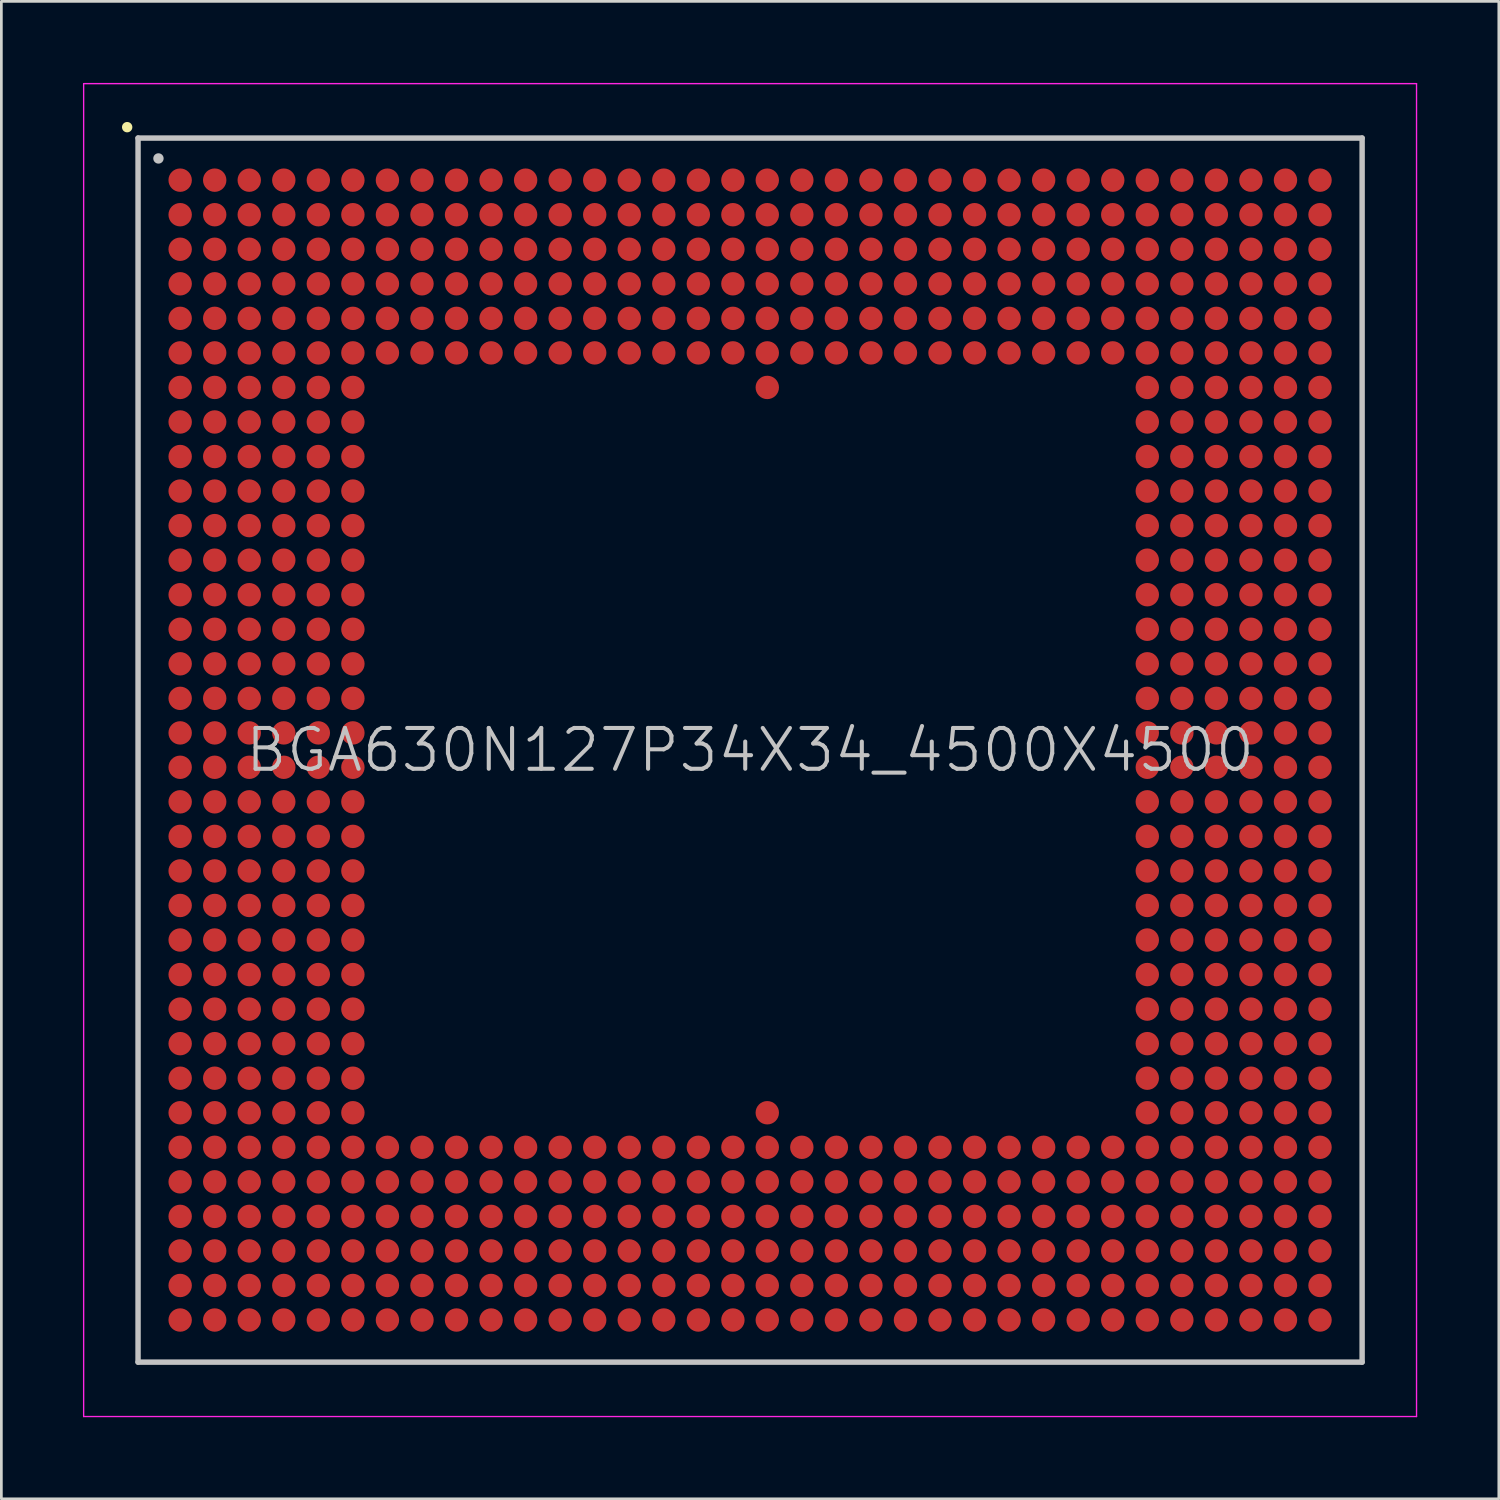
<source format=kicad_pcb>
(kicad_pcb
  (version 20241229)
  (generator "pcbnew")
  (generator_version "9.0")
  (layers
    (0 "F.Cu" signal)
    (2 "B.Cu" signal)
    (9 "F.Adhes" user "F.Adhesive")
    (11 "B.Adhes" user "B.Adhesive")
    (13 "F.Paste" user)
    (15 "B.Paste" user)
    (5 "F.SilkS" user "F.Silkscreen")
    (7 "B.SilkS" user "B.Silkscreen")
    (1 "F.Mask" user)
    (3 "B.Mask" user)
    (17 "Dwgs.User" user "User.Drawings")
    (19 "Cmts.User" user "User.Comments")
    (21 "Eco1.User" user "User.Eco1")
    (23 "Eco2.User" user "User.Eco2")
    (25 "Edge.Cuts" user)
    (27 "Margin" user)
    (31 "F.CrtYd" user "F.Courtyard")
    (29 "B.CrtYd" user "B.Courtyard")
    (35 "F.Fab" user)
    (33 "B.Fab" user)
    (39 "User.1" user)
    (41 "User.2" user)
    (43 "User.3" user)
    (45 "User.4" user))
  (footprint "BGA630N127P34X34_4500X4500"
    (layer "F.Cu")
    (at 24.525 24.525)
    (property "Reference" "BGA630N127P34X34_4500X4500" (at 0 0 0) (layer "Dwgs.User") (effects (font (size 1.5 1.5) (thickness 0.15))))
    (attr smd)
    (fp_line (start -22.9 -22.9) (end -22.9 -22.9) (stroke (width 0.381) (type solid)) (layer "F.SilkS"))
    (fp_line (start -22.5 -22.5) (end -22.5 22.5) (stroke (width 0.2) (type solid)) (layer "Dwgs.User"))
    (fp_line (start -22.5 -22.5) (end 22.5 -22.5) (stroke (width 0.2) (type solid)) (layer "Dwgs.User"))
    (fp_line (start -22.5 22.5) (end 22.5 22.5) (stroke (width 0.2) (type solid)) (layer "Dwgs.User"))
    (fp_line (start -21.75 -21.75) (end -21.75 -21.75) (stroke (width 0.381) (type solid)) (layer "Dwgs.User"))
    (fp_line (start 22.5 -22.5) (end 22.5 22.5) (stroke (width 0.2) (type solid)) (layer "Dwgs.User"))
    (fp_line (start -24.5 -24.5) (end -24.5 24.5) (stroke (width 0.05) (type solid)) (layer "F.CrtYd"))
    (fp_line (start -24.5 -24.5) (end 24.5 -24.5) (stroke (width 0.05) (type solid)) (layer "F.CrtYd"))
    (fp_line (start -24.5 24.5) (end 24.5 24.5) (stroke (width 0.05) (type solid)) (layer "F.CrtYd"))
    (fp_line (start 24.5 -24.5) (end 24.5 24.5) (stroke (width 0.05) (type solid)) (layer "F.CrtYd"))
    (pad "A1" smd circle (at -20.952 -20.952 270) (size 0.86 0.86) (layers "F.Cu" "F.Mask" "F.Paste"))
    (pad "A2" smd circle (at -19.682 -20.952 270) (size 0.86 0.86) (layers "F.Cu" "F.Mask" "F.Paste"))
    (pad "A3" smd circle (at -18.412 -20.952 270) (size 0.86 0.86) (layers "F.Cu" "F.Mask" "F.Paste"))
    (pad "A4" smd circle (at -17.142 -20.952 270) (size 0.86 0.86) (layers "F.Cu" "F.Mask" "F.Paste"))
    (pad "A5" smd circle (at -15.872 -20.952 270) (size 0.86 0.86) (layers "F.Cu" "F.Mask" "F.Paste"))
    (pad "A6" smd circle (at -14.602 -20.952 270) (size 0.86 0.86) (layers "F.Cu" "F.Mask" "F.Paste"))
    (pad "A7" smd circle (at -13.332 -20.952 270) (size 0.86 0.86) (layers "F.Cu" "F.Mask" "F.Paste"))
    (pad "A8" smd circle (at -12.062 -20.952 270) (size 0.86 0.86) (layers "F.Cu" "F.Mask" "F.Paste"))
    (pad "A9" smd circle (at -10.792 -20.952 270) (size 0.86 0.86) (layers "F.Cu" "F.Mask" "F.Paste"))
    (pad "A10" smd circle (at -9.522 -20.952 270) (size 0.86 0.86) (layers "F.Cu" "F.Mask" "F.Paste"))
    (pad "A11" smd circle (at -8.252 -20.952 270) (size 0.86 0.86) (layers "F.Cu" "F.Mask" "F.Paste"))
    (pad "A12" smd circle (at -6.982 -20.952 270) (size 0.86 0.86) (layers "F.Cu" "F.Mask" "F.Paste"))
    (pad "A13" smd circle (at -5.712 -20.952 270) (size 0.86 0.86) (layers "F.Cu" "F.Mask" "F.Paste"))
    (pad "A14" smd circle (at -4.442 -20.952 270) (size 0.86 0.86) (layers "F.Cu" "F.Mask" "F.Paste"))
    (pad "A15" smd circle (at -3.172 -20.952 270) (size 0.86 0.86) (layers "F.Cu" "F.Mask" "F.Paste"))
    (pad "A16" smd circle (at -1.902 -20.952 270) (size 0.86 0.86) (layers "F.Cu" "F.Mask" "F.Paste"))
    (pad "A17" smd circle (at -0.632 -20.952 270) (size 0.86 0.86) (layers "F.Cu" "F.Mask" "F.Paste"))
    (pad "A18" smd circle (at 0.632 -20.952 270) (size 0.86 0.86) (layers "F.Cu" "F.Mask" "F.Paste"))
    (pad "A19" smd circle (at 1.902 -20.952 270) (size 0.86 0.86) (layers "F.Cu" "F.Mask" "F.Paste"))
    (pad "A20" smd circle (at 3.172 -20.952 270) (size 0.86 0.86) (layers "F.Cu" "F.Mask" "F.Paste"))
    (pad "A21" smd circle (at 4.442 -20.952 270) (size 0.86 0.86) (layers "F.Cu" "F.Mask" "F.Paste"))
    (pad "A22" smd circle (at 5.712 -20.952 270) (size 0.86 0.86) (layers "F.Cu" "F.Mask" "F.Paste"))
    (pad "A23" smd circle (at 6.982 -20.952 270) (size 0.86 0.86) (layers "F.Cu" "F.Mask" "F.Paste"))
    (pad "A24" smd circle (at 8.252 -20.952 270) (size 0.86 0.86) (layers "F.Cu" "F.Mask" "F.Paste"))
    (pad "A25" smd circle (at 9.522 -20.952 270) (size 0.86 0.86) (layers "F.Cu" "F.Mask" "F.Paste"))
    (pad "A26" smd circle (at 10.792 -20.952 270) (size 0.86 0.86) (layers "F.Cu" "F.Mask" "F.Paste"))
    (pad "A27" smd circle (at 12.062 -20.952 270) (size 0.86 0.86) (layers "F.Cu" "F.Mask" "F.Paste"))
    (pad "A28" smd circle (at 13.332 -20.952 270) (size 0.86 0.86) (layers "F.Cu" "F.Mask" "F.Paste"))
    (pad "A29" smd circle (at 14.602 -20.952 270) (size 0.86 0.86) (layers "F.Cu" "F.Mask" "F.Paste"))
    (pad "A30" smd circle (at 15.872 -20.952 270) (size 0.86 0.86) (layers "F.Cu" "F.Mask" "F.Paste"))
    (pad "A31" smd circle (at 17.142 -20.952 270) (size 0.86 0.86) (layers "F.Cu" "F.Mask" "F.Paste"))
    (pad "A32" smd circle (at 18.412 -20.952 270) (size 0.86 0.86) (layers "F.Cu" "F.Mask" "F.Paste"))
    (pad "A33" smd circle (at 19.682 -20.952 270) (size 0.86 0.86) (layers "F.Cu" "F.Mask" "F.Paste"))
    (pad "A34" smd circle (at 20.952 -20.952 270) (size 0.86 0.86) (layers "F.Cu" "F.Mask" "F.Paste"))
    (pad "AA1" smd circle (at -20.952 4.442 270) (size 0.86 0.86) (layers "F.Cu" "F.Mask" "F.Paste"))
    (pad "AA2" smd circle (at -19.682 4.442 270) (size 0.86 0.86) (layers "F.Cu" "F.Mask" "F.Paste"))
    (pad "AA3" smd circle (at -18.412 4.442 270) (size 0.86 0.86) (layers "F.Cu" "F.Mask" "F.Paste"))
    (pad "AA4" smd circle (at -17.142 4.442 270) (size 0.86 0.86) (layers "F.Cu" "F.Mask" "F.Paste"))
    (pad "AA5" smd circle (at -15.872 4.442 270) (size 0.86 0.86) (layers "F.Cu" "F.Mask" "F.Paste"))
    (pad "AA6" smd circle (at -14.602 4.442 270) (size 0.86 0.86) (layers "F.Cu" "F.Mask" "F.Paste"))
    (pad "AA29" smd circle (at 14.602 4.442 270) (size 0.86 0.86) (layers "F.Cu" "F.Mask" "F.Paste"))
    (pad "AA30" smd circle (at 15.872 4.442 270) (size 0.86 0.86) (layers "F.Cu" "F.Mask" "F.Paste"))
    (pad "AA31" smd circle (at 17.142 4.442 270) (size 0.86 0.86) (layers "F.Cu" "F.Mask" "F.Paste"))
    (pad "AA32" smd circle (at 18.412 4.442 270) (size 0.86 0.86) (layers "F.Cu" "F.Mask" "F.Paste"))
    (pad "AA33" smd circle (at 19.682 4.442 270) (size 0.86 0.86) (layers "F.Cu" "F.Mask" "F.Paste"))
    (pad "AA34" smd circle (at 20.952 4.442 270) (size 0.86 0.86) (layers "F.Cu" "F.Mask" "F.Paste"))
    (pad "AB1" smd circle (at -20.952 5.712 270) (size 0.86 0.86) (layers "F.Cu" "F.Mask" "F.Paste"))
    (pad "AB2" smd circle (at -19.682 5.712 270) (size 0.86 0.86) (layers "F.Cu" "F.Mask" "F.Paste"))
    (pad "AB3" smd circle (at -18.412 5.712 270) (size 0.86 0.86) (layers "F.Cu" "F.Mask" "F.Paste"))
    (pad "AB4" smd circle (at -17.142 5.712 270) (size 0.86 0.86) (layers "F.Cu" "F.Mask" "F.Paste"))
    (pad "AB5" smd circle (at -15.872 5.712 270) (size 0.86 0.86) (layers "F.Cu" "F.Mask" "F.Paste"))
    (pad "AB6" smd circle (at -14.602 5.712 270) (size 0.86 0.86) (layers "F.Cu" "F.Mask" "F.Paste"))
    (pad "AB29" smd circle (at 14.602 5.712 270) (size 0.86 0.86) (layers "F.Cu" "F.Mask" "F.Paste"))
    (pad "AB30" smd circle (at 15.872 5.712 270) (size 0.86 0.86) (layers "F.Cu" "F.Mask" "F.Paste"))
    (pad "AB31" smd circle (at 17.142 5.712 270) (size 0.86 0.86) (layers "F.Cu" "F.Mask" "F.Paste"))
    (pad "AB32" smd circle (at 18.412 5.712 270) (size 0.86 0.86) (layers "F.Cu" "F.Mask" "F.Paste"))
    (pad "AB33" smd circle (at 19.682 5.712 270) (size 0.86 0.86) (layers "F.Cu" "F.Mask" "F.Paste"))
    (pad "AB34" smd circle (at 20.952 5.712 270) (size 0.86 0.86) (layers "F.Cu" "F.Mask" "F.Paste"))
    (pad "AC1" smd circle (at -20.952 6.982 270) (size 0.86 0.86) (layers "F.Cu" "F.Mask" "F.Paste"))
    (pad "AC2" smd circle (at -19.682 6.982 270) (size 0.86 0.86) (layers "F.Cu" "F.Mask" "F.Paste"))
    (pad "AC3" smd circle (at -18.412 6.982 270) (size 0.86 0.86) (layers "F.Cu" "F.Mask" "F.Paste"))
    (pad "AC4" smd circle (at -17.142 6.982 270) (size 0.86 0.86) (layers "F.Cu" "F.Mask" "F.Paste"))
    (pad "AC5" smd circle (at -15.872 6.982 270) (size 0.86 0.86) (layers "F.Cu" "F.Mask" "F.Paste"))
    (pad "AC6" smd circle (at -14.602 6.982 270) (size 0.86 0.86) (layers "F.Cu" "F.Mask" "F.Paste"))
    (pad "AC29" smd circle (at 14.602 6.982 270) (size 0.86 0.86) (layers "F.Cu" "F.Mask" "F.Paste"))
    (pad "AC30" smd circle (at 15.872 6.982 270) (size 0.86 0.86) (layers "F.Cu" "F.Mask" "F.Paste"))
    (pad "AC31" smd circle (at 17.142 6.982 270) (size 0.86 0.86) (layers "F.Cu" "F.Mask" "F.Paste"))
    (pad "AC32" smd circle (at 18.412 6.982 270) (size 0.86 0.86) (layers "F.Cu" "F.Mask" "F.Paste"))
    (pad "AC33" smd circle (at 19.682 6.982 270) (size 0.86 0.86) (layers "F.Cu" "F.Mask" "F.Paste"))
    (pad "AC34" smd circle (at 20.952 6.982 270) (size 0.86 0.86) (layers "F.Cu" "F.Mask" "F.Paste"))
    (pad "AD1" smd circle (at -20.952 8.252 270) (size 0.86 0.86) (layers "F.Cu" "F.Mask" "F.Paste"))
    (pad "AD2" smd circle (at -19.682 8.252 270) (size 0.86 0.86) (layers "F.Cu" "F.Mask" "F.Paste"))
    (pad "AD3" smd circle (at -18.412 8.252 270) (size 0.86 0.86) (layers "F.Cu" "F.Mask" "F.Paste"))
    (pad "AD4" smd circle (at -17.142 8.252 270) (size 0.86 0.86) (layers "F.Cu" "F.Mask" "F.Paste"))
    (pad "AD5" smd circle (at -15.872 8.252 270) (size 0.86 0.86) (layers "F.Cu" "F.Mask" "F.Paste"))
    (pad "AD6" smd circle (at -14.602 8.252 270) (size 0.86 0.86) (layers "F.Cu" "F.Mask" "F.Paste"))
    (pad "AD29" smd circle (at 14.602 8.252 270) (size 0.86 0.86) (layers "F.Cu" "F.Mask" "F.Paste"))
    (pad "AD30" smd circle (at 15.872 8.252 270) (size 0.86 0.86) (layers "F.Cu" "F.Mask" "F.Paste"))
    (pad "AD31" smd circle (at 17.142 8.252 270) (size 0.86 0.86) (layers "F.Cu" "F.Mask" "F.Paste"))
    (pad "AD32" smd circle (at 18.412 8.252 270) (size 0.86 0.86) (layers "F.Cu" "F.Mask" "F.Paste"))
    (pad "AD33" smd circle (at 19.682 8.252 270) (size 0.86 0.86) (layers "F.Cu" "F.Mask" "F.Paste"))
    (pad "AD34" smd circle (at 20.952 8.252 270) (size 0.86 0.86) (layers "F.Cu" "F.Mask" "F.Paste"))
    (pad "AE1" smd circle (at -20.952 9.522 270) (size 0.86 0.86) (layers "F.Cu" "F.Mask" "F.Paste"))
    (pad "AE2" smd circle (at -19.682 9.522 270) (size 0.86 0.86) (layers "F.Cu" "F.Mask" "F.Paste"))
    (pad "AE3" smd circle (at -18.412 9.522 270) (size 0.86 0.86) (layers "F.Cu" "F.Mask" "F.Paste"))
    (pad "AE4" smd circle (at -17.142 9.522 270) (size 0.86 0.86) (layers "F.Cu" "F.Mask" "F.Paste"))
    (pad "AE5" smd circle (at -15.872 9.522 270) (size 0.86 0.86) (layers "F.Cu" "F.Mask" "F.Paste"))
    (pad "AE6" smd circle (at -14.602 9.522 270) (size 0.86 0.86) (layers "F.Cu" "F.Mask" "F.Paste"))
    (pad "AE29" smd circle (at 14.602 9.522 270) (size 0.86 0.86) (layers "F.Cu" "F.Mask" "F.Paste"))
    (pad "AE30" smd circle (at 15.872 9.522 270) (size 0.86 0.86) (layers "F.Cu" "F.Mask" "F.Paste"))
    (pad "AE31" smd circle (at 17.142 9.522 270) (size 0.86 0.86) (layers "F.Cu" "F.Mask" "F.Paste"))
    (pad "AE32" smd circle (at 18.412 9.522 270) (size 0.86 0.86) (layers "F.Cu" "F.Mask" "F.Paste"))
    (pad "AE33" smd circle (at 19.682 9.522 270) (size 0.86 0.86) (layers "F.Cu" "F.Mask" "F.Paste"))
    (pad "AE34" smd circle (at 20.952 9.522 270) (size 0.86 0.86) (layers "F.Cu" "F.Mask" "F.Paste"))
    (pad "AF1" smd circle (at -20.952 10.792 270) (size 0.86 0.86) (layers "F.Cu" "F.Mask" "F.Paste"))
    (pad "AF2" smd circle (at -19.682 10.792 270) (size 0.86 0.86) (layers "F.Cu" "F.Mask" "F.Paste"))
    (pad "AF3" smd circle (at -18.412 10.792 270) (size 0.86 0.86) (layers "F.Cu" "F.Mask" "F.Paste"))
    (pad "AF4" smd circle (at -17.142 10.792 270) (size 0.86 0.86) (layers "F.Cu" "F.Mask" "F.Paste"))
    (pad "AF5" smd circle (at -15.872 10.792 270) (size 0.86 0.86) (layers "F.Cu" "F.Mask" "F.Paste"))
    (pad "AF6" smd circle (at -14.602 10.792 270) (size 0.86 0.86) (layers "F.Cu" "F.Mask" "F.Paste"))
    (pad "AF29" smd circle (at 14.602 10.792 270) (size 0.86 0.86) (layers "F.Cu" "F.Mask" "F.Paste"))
    (pad "AF30" smd circle (at 15.872 10.792 270) (size 0.86 0.86) (layers "F.Cu" "F.Mask" "F.Paste"))
    (pad "AF31" smd circle (at 17.142 10.792 270) (size 0.86 0.86) (layers "F.Cu" "F.Mask" "F.Paste"))
    (pad "AF32" smd circle (at 18.412 10.792 270) (size 0.86 0.86) (layers "F.Cu" "F.Mask" "F.Paste"))
    (pad "AF33" smd circle (at 19.682 10.792 270) (size 0.86 0.86) (layers "F.Cu" "F.Mask" "F.Paste"))
    (pad "AF34" smd circle (at 20.952 10.792 270) (size 0.86 0.86) (layers "F.Cu" "F.Mask" "F.Paste"))
    (pad "AG1" smd circle (at -20.952 12.062 270) (size 0.86 0.86) (layers "F.Cu" "F.Mask" "F.Paste"))
    (pad "AG2" smd circle (at -19.682 12.062 270) (size 0.86 0.86) (layers "F.Cu" "F.Mask" "F.Paste"))
    (pad "AG3" smd circle (at -18.412 12.062 270) (size 0.86 0.86) (layers "F.Cu" "F.Mask" "F.Paste"))
    (pad "AG4" smd circle (at -17.142 12.062 270) (size 0.86 0.86) (layers "F.Cu" "F.Mask" "F.Paste"))
    (pad "AG5" smd circle (at -15.872 12.062 270) (size 0.86 0.86) (layers "F.Cu" "F.Mask" "F.Paste"))
    (pad "AG6" smd circle (at -14.602 12.062 270) (size 0.86 0.86) (layers "F.Cu" "F.Mask" "F.Paste"))
    (pad "AG29" smd circle (at 14.602 12.062 270) (size 0.86 0.86) (layers "F.Cu" "F.Mask" "F.Paste"))
    (pad "AG30" smd circle (at 15.872 12.062 270) (size 0.86 0.86) (layers "F.Cu" "F.Mask" "F.Paste"))
    (pad "AG31" smd circle (at 17.142 12.062 270) (size 0.86 0.86) (layers "F.Cu" "F.Mask" "F.Paste"))
    (pad "AG32" smd circle (at 18.412 12.062 270) (size 0.86 0.86) (layers "F.Cu" "F.Mask" "F.Paste"))
    (pad "AG33" smd circle (at 19.682 12.062 270) (size 0.86 0.86) (layers "F.Cu" "F.Mask" "F.Paste"))
    (pad "AG34" smd circle (at 20.952 12.062 270) (size 0.86 0.86) (layers "F.Cu" "F.Mask" "F.Paste"))
    (pad "AH1" smd circle (at -20.952 13.332 270) (size 0.86 0.86) (layers "F.Cu" "F.Mask" "F.Paste"))
    (pad "AH2" smd circle (at -19.682 13.332 270) (size 0.86 0.86) (layers "F.Cu" "F.Mask" "F.Paste"))
    (pad "AH3" smd circle (at -18.412 13.332 270) (size 0.86 0.86) (layers "F.Cu" "F.Mask" "F.Paste"))
    (pad "AH4" smd circle (at -17.142 13.332 270) (size 0.86 0.86) (layers "F.Cu" "F.Mask" "F.Paste"))
    (pad "AH5" smd circle (at -15.872 13.332 270) (size 0.86 0.86) (layers "F.Cu" "F.Mask" "F.Paste"))
    (pad "AH6" smd circle (at -14.602 13.332 270) (size 0.86 0.86) (layers "F.Cu" "F.Mask" "F.Paste"))
    (pad "AH18" smd circle (at 0.632 13.332 270) (size 0.86 0.86) (layers "F.Cu" "F.Mask" "F.Paste"))
    (pad "AH29" smd circle (at 14.602 13.332 270) (size 0.86 0.86) (layers "F.Cu" "F.Mask" "F.Paste"))
    (pad "AH30" smd circle (at 15.872 13.332 270) (size 0.86 0.86) (layers "F.Cu" "F.Mask" "F.Paste"))
    (pad "AH31" smd circle (at 17.142 13.332 270) (size 0.86 0.86) (layers "F.Cu" "F.Mask" "F.Paste"))
    (pad "AH32" smd circle (at 18.412 13.332 270) (size 0.86 0.86) (layers "F.Cu" "F.Mask" "F.Paste"))
    (pad "AH33" smd circle (at 19.682 13.332 270) (size 0.86 0.86) (layers "F.Cu" "F.Mask" "F.Paste"))
    (pad "AH34" smd circle (at 20.952 13.332 270) (size 0.86 0.86) (layers "F.Cu" "F.Mask" "F.Paste"))
    (pad "AJ1" smd circle (at -20.952 14.602 270) (size 0.86 0.86) (layers "F.Cu" "F.Mask" "F.Paste"))
    (pad "AJ2" smd circle (at -19.682 14.602 270) (size 0.86 0.86) (layers "F.Cu" "F.Mask" "F.Paste"))
    (pad "AJ3" smd circle (at -18.412 14.602 270) (size 0.86 0.86) (layers "F.Cu" "F.Mask" "F.Paste"))
    (pad "AJ4" smd circle (at -17.142 14.602 270) (size 0.86 0.86) (layers "F.Cu" "F.Mask" "F.Paste"))
    (pad "AJ5" smd circle (at -15.872 14.602 270) (size 0.86 0.86) (layers "F.Cu" "F.Mask" "F.Paste"))
    (pad "AJ6" smd circle (at -14.602 14.602 270) (size 0.86 0.86) (layers "F.Cu" "F.Mask" "F.Paste"))
    (pad "AJ7" smd circle (at -13.332 14.602 270) (size 0.86 0.86) (layers "F.Cu" "F.Mask" "F.Paste"))
    (pad "AJ8" smd circle (at -12.062 14.602 270) (size 0.86 0.86) (layers "F.Cu" "F.Mask" "F.Paste"))
    (pad "AJ9" smd circle (at -10.792 14.602 270) (size 0.86 0.86) (layers "F.Cu" "F.Mask" "F.Paste"))
    (pad "AJ10" smd circle (at -9.522 14.602 270) (size 0.86 0.86) (layers "F.Cu" "F.Mask" "F.Paste"))
    (pad "AJ11" smd circle (at -8.252 14.602 270) (size 0.86 0.86) (layers "F.Cu" "F.Mask" "F.Paste"))
    (pad "AJ12" smd circle (at -6.982 14.602 270) (size 0.86 0.86) (layers "F.Cu" "F.Mask" "F.Paste"))
    (pad "AJ13" smd circle (at -5.712 14.602 270) (size 0.86 0.86) (layers "F.Cu" "F.Mask" "F.Paste"))
    (pad "AJ14" smd circle (at -4.442 14.602 270) (size 0.86 0.86) (layers "F.Cu" "F.Mask" "F.Paste"))
    (pad "AJ15" smd circle (at -3.172 14.602 270) (size 0.86 0.86) (layers "F.Cu" "F.Mask" "F.Paste"))
    (pad "AJ16" smd circle (at -1.902 14.602 270) (size 0.86 0.86) (layers "F.Cu" "F.Mask" "F.Paste"))
    (pad "AJ17" smd circle (at -0.632 14.602 270) (size 0.86 0.86) (layers "F.Cu" "F.Mask" "F.Paste"))
    (pad "AJ18" smd circle (at 0.632 14.602 270) (size 0.86 0.86) (layers "F.Cu" "F.Mask" "F.Paste"))
    (pad "AJ19" smd circle (at 1.902 14.602 270) (size 0.86 0.86) (layers "F.Cu" "F.Mask" "F.Paste"))
    (pad "AJ20" smd circle (at 3.172 14.602 270) (size 0.86 0.86) (layers "F.Cu" "F.Mask" "F.Paste"))
    (pad "AJ21" smd circle (at 4.442 14.602 270) (size 0.86 0.86) (layers "F.Cu" "F.Mask" "F.Paste"))
    (pad "AJ22" smd circle (at 5.712 14.602 270) (size 0.86 0.86) (layers "F.Cu" "F.Mask" "F.Paste"))
    (pad "AJ23" smd circle (at 6.982 14.602 270) (size 0.86 0.86) (layers "F.Cu" "F.Mask" "F.Paste"))
    (pad "AJ24" smd circle (at 8.252 14.602 270) (size 0.86 0.86) (layers "F.Cu" "F.Mask" "F.Paste"))
    (pad "AJ25" smd circle (at 9.522 14.602 270) (size 0.86 0.86) (layers "F.Cu" "F.Mask" "F.Paste"))
    (pad "AJ26" smd circle (at 10.792 14.602 270) (size 0.86 0.86) (layers "F.Cu" "F.Mask" "F.Paste"))
    (pad "AJ27" smd circle (at 12.062 14.602 270) (size 0.86 0.86) (layers "F.Cu" "F.Mask" "F.Paste"))
    (pad "AJ28" smd circle (at 13.332 14.602 270) (size 0.86 0.86) (layers "F.Cu" "F.Mask" "F.Paste"))
    (pad "AJ29" smd circle (at 14.602 14.602 270) (size 0.86 0.86) (layers "F.Cu" "F.Mask" "F.Paste"))
    (pad "AJ30" smd circle (at 15.872 14.602 270) (size 0.86 0.86) (layers "F.Cu" "F.Mask" "F.Paste"))
    (pad "AJ31" smd circle (at 17.142 14.602 270) (size 0.86 0.86) (layers "F.Cu" "F.Mask" "F.Paste"))
    (pad "AJ32" smd circle (at 18.412 14.602 270) (size 0.86 0.86) (layers "F.Cu" "F.Mask" "F.Paste"))
    (pad "AJ33" smd circle (at 19.682 14.602 270) (size 0.86 0.86) (layers "F.Cu" "F.Mask" "F.Paste"))
    (pad "AJ34" smd circle (at 20.952 14.602 270) (size 0.86 0.86) (layers "F.Cu" "F.Mask" "F.Paste"))
    (pad "AK1" smd circle (at -20.952 15.872 270) (size 0.86 0.86) (layers "F.Cu" "F.Mask" "F.Paste"))
    (pad "AK2" smd circle (at -19.682 15.872 270) (size 0.86 0.86) (layers "F.Cu" "F.Mask" "F.Paste"))
    (pad "AK3" smd circle (at -18.412 15.872 270) (size 0.86 0.86) (layers "F.Cu" "F.Mask" "F.Paste"))
    (pad "AK4" smd circle (at -17.142 15.872 270) (size 0.86 0.86) (layers "F.Cu" "F.Mask" "F.Paste"))
    (pad "AK5" smd circle (at -15.872 15.872 270) (size 0.86 0.86) (layers "F.Cu" "F.Mask" "F.Paste"))
    (pad "AK6" smd circle (at -14.602 15.872 270) (size 0.86 0.86) (layers "F.Cu" "F.Mask" "F.Paste"))
    (pad "AK7" smd circle (at -13.332 15.872 270) (size 0.86 0.86) (layers "F.Cu" "F.Mask" "F.Paste"))
    (pad "AK8" smd circle (at -12.062 15.872 270) (size 0.86 0.86) (layers "F.Cu" "F.Mask" "F.Paste"))
    (pad "AK9" smd circle (at -10.792 15.872 270) (size 0.86 0.86) (layers "F.Cu" "F.Mask" "F.Paste"))
    (pad "AK10" smd circle (at -9.522 15.872 270) (size 0.86 0.86) (layers "F.Cu" "F.Mask" "F.Paste"))
    (pad "AK11" smd circle (at -8.252 15.872 270) (size 0.86 0.86) (layers "F.Cu" "F.Mask" "F.Paste"))
    (pad "AK12" smd circle (at -6.982 15.872 270) (size 0.86 0.86) (layers "F.Cu" "F.Mask" "F.Paste"))
    (pad "AK13" smd circle (at -5.712 15.872 270) (size 0.86 0.86) (layers "F.Cu" "F.Mask" "F.Paste"))
    (pad "AK14" smd circle (at -4.442 15.872 270) (size 0.86 0.86) (layers "F.Cu" "F.Mask" "F.Paste"))
    (pad "AK15" smd circle (at -3.172 15.872 270) (size 0.86 0.86) (layers "F.Cu" "F.Mask" "F.Paste"))
    (pad "AK16" smd circle (at -1.902 15.872 270) (size 0.86 0.86) (layers "F.Cu" "F.Mask" "F.Paste"))
    (pad "AK17" smd circle (at -0.632 15.872 270) (size 0.86 0.86) (layers "F.Cu" "F.Mask" "F.Paste"))
    (pad "AK18" smd circle (at 0.632 15.872 270) (size 0.86 0.86) (layers "F.Cu" "F.Mask" "F.Paste"))
    (pad "AK19" smd circle (at 1.902 15.872 270) (size 0.86 0.86) (layers "F.Cu" "F.Mask" "F.Paste"))
    (pad "AK20" smd circle (at 3.172 15.872 270) (size 0.86 0.86) (layers "F.Cu" "F.Mask" "F.Paste"))
    (pad "AK21" smd circle (at 4.442 15.872 270) (size 0.86 0.86) (layers "F.Cu" "F.Mask" "F.Paste"))
    (pad "AK22" smd circle (at 5.712 15.872 270) (size 0.86 0.86) (layers "F.Cu" "F.Mask" "F.Paste"))
    (pad "AK23" smd circle (at 6.982 15.872 270) (size 0.86 0.86) (layers "F.Cu" "F.Mask" "F.Paste"))
    (pad "AK24" smd circle (at 8.252 15.872 270) (size 0.86 0.86) (layers "F.Cu" "F.Mask" "F.Paste"))
    (pad "AK25" smd circle (at 9.522 15.872 270) (size 0.86 0.86) (layers "F.Cu" "F.Mask" "F.Paste"))
    (pad "AK26" smd circle (at 10.792 15.872 270) (size 0.86 0.86) (layers "F.Cu" "F.Mask" "F.Paste"))
    (pad "AK27" smd circle (at 12.062 15.872 270) (size 0.86 0.86) (layers "F.Cu" "F.Mask" "F.Paste"))
    (pad "AK28" smd circle (at 13.332 15.872 270) (size 0.86 0.86) (layers "F.Cu" "F.Mask" "F.Paste"))
    (pad "AK29" smd circle (at 14.602 15.872 270) (size 0.86 0.86) (layers "F.Cu" "F.Mask" "F.Paste"))
    (pad "AK30" smd circle (at 15.872 15.872 270) (size 0.86 0.86) (layers "F.Cu" "F.Mask" "F.Paste"))
    (pad "AK31" smd circle (at 17.142 15.872 270) (size 0.86 0.86) (layers "F.Cu" "F.Mask" "F.Paste"))
    (pad "AK32" smd circle (at 18.412 15.872 270) (size 0.86 0.86) (layers "F.Cu" "F.Mask" "F.Paste"))
    (pad "AK33" smd circle (at 19.682 15.872 270) (size 0.86 0.86) (layers "F.Cu" "F.Mask" "F.Paste"))
    (pad "AK34" smd circle (at 20.952 15.872 270) (size 0.86 0.86) (layers "F.Cu" "F.Mask" "F.Paste"))
    (pad "AL1" smd circle (at -20.952 17.142 270) (size 0.86 0.86) (layers "F.Cu" "F.Mask" "F.Paste"))
    (pad "AL2" smd circle (at -19.682 17.142 270) (size 0.86 0.86) (layers "F.Cu" "F.Mask" "F.Paste"))
    (pad "AL3" smd circle (at -18.412 17.142 270) (size 0.86 0.86) (layers "F.Cu" "F.Mask" "F.Paste"))
    (pad "AL4" smd circle (at -17.142 17.142 270) (size 0.86 0.86) (layers "F.Cu" "F.Mask" "F.Paste"))
    (pad "AL5" smd circle (at -15.872 17.142 270) (size 0.86 0.86) (layers "F.Cu" "F.Mask" "F.Paste"))
    (pad "AL6" smd circle (at -14.602 17.142 270) (size 0.86 0.86) (layers "F.Cu" "F.Mask" "F.Paste"))
    (pad "AL7" smd circle (at -13.332 17.142 270) (size 0.86 0.86) (layers "F.Cu" "F.Mask" "F.Paste"))
    (pad "AL8" smd circle (at -12.062 17.142 270) (size 0.86 0.86) (layers "F.Cu" "F.Mask" "F.Paste"))
    (pad "AL9" smd circle (at -10.792 17.142 270) (size 0.86 0.86) (layers "F.Cu" "F.Mask" "F.Paste"))
    (pad "AL10" smd circle (at -9.522 17.142 270) (size 0.86 0.86) (layers "F.Cu" "F.Mask" "F.Paste"))
    (pad "AL11" smd circle (at -8.252 17.142 270) (size 0.86 0.86) (layers "F.Cu" "F.Mask" "F.Paste"))
    (pad "AL12" smd circle (at -6.982 17.142 270) (size 0.86 0.86) (layers "F.Cu" "F.Mask" "F.Paste"))
    (pad "AL13" smd circle (at -5.712 17.142 270) (size 0.86 0.86) (layers "F.Cu" "F.Mask" "F.Paste"))
    (pad "AL14" smd circle (at -4.442 17.142 270) (size 0.86 0.86) (layers "F.Cu" "F.Mask" "F.Paste"))
    (pad "AL15" smd circle (at -3.172 17.142 270) (size 0.86 0.86) (layers "F.Cu" "F.Mask" "F.Paste"))
    (pad "AL16" smd circle (at -1.902 17.142 270) (size 0.86 0.86) (layers "F.Cu" "F.Mask" "F.Paste"))
    (pad "AL17" smd circle (at -0.632 17.142 270) (size 0.86 0.86) (layers "F.Cu" "F.Mask" "F.Paste"))
    (pad "AL18" smd circle (at 0.632 17.142 270) (size 0.86 0.86) (layers "F.Cu" "F.Mask" "F.Paste"))
    (pad "AL19" smd circle (at 1.902 17.142 270) (size 0.86 0.86) (layers "F.Cu" "F.Mask" "F.Paste"))
    (pad "AL20" smd circle (at 3.172 17.142 270) (size 0.86 0.86) (layers "F.Cu" "F.Mask" "F.Paste"))
    (pad "AL21" smd circle (at 4.442 17.142 270) (size 0.86 0.86) (layers "F.Cu" "F.Mask" "F.Paste"))
    (pad "AL22" smd circle (at 5.712 17.142 270) (size 0.86 0.86) (layers "F.Cu" "F.Mask" "F.Paste"))
    (pad "AL23" smd circle (at 6.982 17.142 270) (size 0.86 0.86) (layers "F.Cu" "F.Mask" "F.Paste"))
    (pad "AL24" smd circle (at 8.252 17.142 270) (size 0.86 0.86) (layers "F.Cu" "F.Mask" "F.Paste"))
    (pad "AL25" smd circle (at 9.522 17.142 270) (size 0.86 0.86) (layers "F.Cu" "F.Mask" "F.Paste"))
    (pad "AL26" smd circle (at 10.792 17.142 270) (size 0.86 0.86) (layers "F.Cu" "F.Mask" "F.Paste"))
    (pad "AL27" smd circle (at 12.062 17.142 270) (size 0.86 0.86) (layers "F.Cu" "F.Mask" "F.Paste"))
    (pad "AL28" smd circle (at 13.332 17.142 270) (size 0.86 0.86) (layers "F.Cu" "F.Mask" "F.Paste"))
    (pad "AL29" smd circle (at 14.602 17.142 270) (size 0.86 0.86) (layers "F.Cu" "F.Mask" "F.Paste"))
    (pad "AL30" smd circle (at 15.872 17.142 270) (size 0.86 0.86) (layers "F.Cu" "F.Mask" "F.Paste"))
    (pad "AL31" smd circle (at 17.142 17.142 270) (size 0.86 0.86) (layers "F.Cu" "F.Mask" "F.Paste"))
    (pad "AL32" smd circle (at 18.412 17.142 270) (size 0.86 0.86) (layers "F.Cu" "F.Mask" "F.Paste"))
    (pad "AL33" smd circle (at 19.682 17.142 270) (size 0.86 0.86) (layers "F.Cu" "F.Mask" "F.Paste"))
    (pad "AL34" smd circle (at 20.952 17.142 270) (size 0.86 0.86) (layers "F.Cu" "F.Mask" "F.Paste"))
    (pad "AM1" smd circle (at -20.952 18.412 270) (size 0.86 0.86) (layers "F.Cu" "F.Mask" "F.Paste"))
    (pad "AM2" smd circle (at -19.682 18.412 270) (size 0.86 0.86) (layers "F.Cu" "F.Mask" "F.Paste"))
    (pad "AM3" smd circle (at -18.412 18.412 270) (size 0.86 0.86) (layers "F.Cu" "F.Mask" "F.Paste"))
    (pad "AM4" smd circle (at -17.142 18.412 270) (size 0.86 0.86) (layers "F.Cu" "F.Mask" "F.Paste"))
    (pad "AM5" smd circle (at -15.872 18.412 270) (size 0.86 0.86) (layers "F.Cu" "F.Mask" "F.Paste"))
    (pad "AM6" smd circle (at -14.602 18.412 270) (size 0.86 0.86) (layers "F.Cu" "F.Mask" "F.Paste"))
    (pad "AM7" smd circle (at -13.332 18.412 270) (size 0.86 0.86) (layers "F.Cu" "F.Mask" "F.Paste"))
    (pad "AM8" smd circle (at -12.062 18.412 270) (size 0.86 0.86) (layers "F.Cu" "F.Mask" "F.Paste"))
    (pad "AM9" smd circle (at -10.792 18.412 270) (size 0.86 0.86) (layers "F.Cu" "F.Mask" "F.Paste"))
    (pad "AM10" smd circle (at -9.522 18.412 270) (size 0.86 0.86) (layers "F.Cu" "F.Mask" "F.Paste"))
    (pad "AM11" smd circle (at -8.252 18.412 270) (size 0.86 0.86) (layers "F.Cu" "F.Mask" "F.Paste"))
    (pad "AM12" smd circle (at -6.982 18.412 270) (size 0.86 0.86) (layers "F.Cu" "F.Mask" "F.Paste"))
    (pad "AM13" smd circle (at -5.712 18.412 270) (size 0.86 0.86) (layers "F.Cu" "F.Mask" "F.Paste"))
    (pad "AM14" smd circle (at -4.442 18.412 270) (size 0.86 0.86) (layers "F.Cu" "F.Mask" "F.Paste"))
    (pad "AM15" smd circle (at -3.172 18.412 270) (size 0.86 0.86) (layers "F.Cu" "F.Mask" "F.Paste"))
    (pad "AM16" smd circle (at -1.902 18.412 270) (size 0.86 0.86) (layers "F.Cu" "F.Mask" "F.Paste"))
    (pad "AM17" smd circle (at -0.632 18.412 270) (size 0.86 0.86) (layers "F.Cu" "F.Mask" "F.Paste"))
    (pad "AM18" smd circle (at 0.632 18.412 270) (size 0.86 0.86) (layers "F.Cu" "F.Mask" "F.Paste"))
    (pad "AM19" smd circle (at 1.902 18.412 270) (size 0.86 0.86) (layers "F.Cu" "F.Mask" "F.Paste"))
    (pad "AM20" smd circle (at 3.172 18.412 270) (size 0.86 0.86) (layers "F.Cu" "F.Mask" "F.Paste"))
    (pad "AM21" smd circle (at 4.442 18.412 270) (size 0.86 0.86) (layers "F.Cu" "F.Mask" "F.Paste"))
    (pad "AM22" smd circle (at 5.712 18.412 270) (size 0.86 0.86) (layers "F.Cu" "F.Mask" "F.Paste"))
    (pad "AM23" smd circle (at 6.982 18.412 270) (size 0.86 0.86) (layers "F.Cu" "F.Mask" "F.Paste"))
    (pad "AM24" smd circle (at 8.252 18.412 270) (size 0.86 0.86) (layers "F.Cu" "F.Mask" "F.Paste"))
    (pad "AM25" smd circle (at 9.522 18.412 270) (size 0.86 0.86) (layers "F.Cu" "F.Mask" "F.Paste"))
    (pad "AM26" smd circle (at 10.792 18.412 270) (size 0.86 0.86) (layers "F.Cu" "F.Mask" "F.Paste"))
    (pad "AM27" smd circle (at 12.062 18.412 270) (size 0.86 0.86) (layers "F.Cu" "F.Mask" "F.Paste"))
    (pad "AM28" smd circle (at 13.332 18.412 270) (size 0.86 0.86) (layers "F.Cu" "F.Mask" "F.Paste"))
    (pad "AM29" smd circle (at 14.602 18.412 270) (size 0.86 0.86) (layers "F.Cu" "F.Mask" "F.Paste"))
    (pad "AM30" smd circle (at 15.872 18.412 270) (size 0.86 0.86) (layers "F.Cu" "F.Mask" "F.Paste"))
    (pad "AM31" smd circle (at 17.142 18.412 270) (size 0.86 0.86) (layers "F.Cu" "F.Mask" "F.Paste"))
    (pad "AM32" smd circle (at 18.412 18.412 270) (size 0.86 0.86) (layers "F.Cu" "F.Mask" "F.Paste"))
    (pad "AM33" smd circle (at 19.682 18.412 270) (size 0.86 0.86) (layers "F.Cu" "F.Mask" "F.Paste"))
    (pad "AM34" smd circle (at 20.952 18.412 270) (size 0.86 0.86) (layers "F.Cu" "F.Mask" "F.Paste"))
    (pad "AN1" smd circle (at -20.952 19.682 270) (size 0.86 0.86) (layers "F.Cu" "F.Mask" "F.Paste"))
    (pad "AN2" smd circle (at -19.682 19.682 270) (size 0.86 0.86) (layers "F.Cu" "F.Mask" "F.Paste"))
    (pad "AN3" smd circle (at -18.412 19.682 270) (size 0.86 0.86) (layers "F.Cu" "F.Mask" "F.Paste"))
    (pad "AN4" smd circle (at -17.142 19.682 270) (size 0.86 0.86) (layers "F.Cu" "F.Mask" "F.Paste"))
    (pad "AN5" smd circle (at -15.872 19.682 270) (size 0.86 0.86) (layers "F.Cu" "F.Mask" "F.Paste"))
    (pad "AN6" smd circle (at -14.602 19.682 270) (size 0.86 0.86) (layers "F.Cu" "F.Mask" "F.Paste"))
    (pad "AN7" smd circle (at -13.332 19.682 270) (size 0.86 0.86) (layers "F.Cu" "F.Mask" "F.Paste"))
    (pad "AN8" smd circle (at -12.062 19.682 270) (size 0.86 0.86) (layers "F.Cu" "F.Mask" "F.Paste"))
    (pad "AN9" smd circle (at -10.792 19.682 270) (size 0.86 0.86) (layers "F.Cu" "F.Mask" "F.Paste"))
    (pad "AN10" smd circle (at -9.522 19.682 270) (size 0.86 0.86) (layers "F.Cu" "F.Mask" "F.Paste"))
    (pad "AN11" smd circle (at -8.252 19.682 270) (size 0.86 0.86) (layers "F.Cu" "F.Mask" "F.Paste"))
    (pad "AN12" smd circle (at -6.982 19.682 270) (size 0.86 0.86) (layers "F.Cu" "F.Mask" "F.Paste"))
    (pad "AN13" smd circle (at -5.712 19.682 270) (size 0.86 0.86) (layers "F.Cu" "F.Mask" "F.Paste"))
    (pad "AN14" smd circle (at -4.442 19.682 270) (size 0.86 0.86) (layers "F.Cu" "F.Mask" "F.Paste"))
    (pad "AN15" smd circle (at -3.172 19.682 270) (size 0.86 0.86) (layers "F.Cu" "F.Mask" "F.Paste"))
    (pad "AN16" smd circle (at -1.902 19.682 270) (size 0.86 0.86) (layers "F.Cu" "F.Mask" "F.Paste"))
    (pad "AN17" smd circle (at -0.632 19.682 270) (size 0.86 0.86) (layers "F.Cu" "F.Mask" "F.Paste"))
    (pad "AN18" smd circle (at 0.632 19.682 270) (size 0.86 0.86) (layers "F.Cu" "F.Mask" "F.Paste"))
    (pad "AN19" smd circle (at 1.902 19.682 270) (size 0.86 0.86) (layers "F.Cu" "F.Mask" "F.Paste"))
    (pad "AN20" smd circle (at 3.172 19.682 270) (size 0.86 0.86) (layers "F.Cu" "F.Mask" "F.Paste"))
    (pad "AN21" smd circle (at 4.442 19.682 270) (size 0.86 0.86) (layers "F.Cu" "F.Mask" "F.Paste"))
    (pad "AN22" smd circle (at 5.712 19.682 270) (size 0.86 0.86) (layers "F.Cu" "F.Mask" "F.Paste"))
    (pad "AN23" smd circle (at 6.982 19.682 270) (size 0.86 0.86) (layers "F.Cu" "F.Mask" "F.Paste"))
    (pad "AN24" smd circle (at 8.252 19.682 270) (size 0.86 0.86) (layers "F.Cu" "F.Mask" "F.Paste"))
    (pad "AN25" smd circle (at 9.522 19.682 270) (size 0.86 0.86) (layers "F.Cu" "F.Mask" "F.Paste"))
    (pad "AN26" smd circle (at 10.792 19.682 270) (size 0.86 0.86) (layers "F.Cu" "F.Mask" "F.Paste"))
    (pad "AN27" smd circle (at 12.062 19.682 270) (size 0.86 0.86) (layers "F.Cu" "F.Mask" "F.Paste"))
    (pad "AN28" smd circle (at 13.332 19.682 270) (size 0.86 0.86) (layers "F.Cu" "F.Mask" "F.Paste"))
    (pad "AN29" smd circle (at 14.602 19.682 270) (size 0.86 0.86) (layers "F.Cu" "F.Mask" "F.Paste"))
    (pad "AN30" smd circle (at 15.872 19.682 270) (size 0.86 0.86) (layers "F.Cu" "F.Mask" "F.Paste"))
    (pad "AN31" smd circle (at 17.142 19.682 270) (size 0.86 0.86) (layers "F.Cu" "F.Mask" "F.Paste"))
    (pad "AN32" smd circle (at 18.412 19.682 270) (size 0.86 0.86) (layers "F.Cu" "F.Mask" "F.Paste"))
    (pad "AN33" smd circle (at 19.682 19.682 270) (size 0.86 0.86) (layers "F.Cu" "F.Mask" "F.Paste"))
    (pad "AN34" smd circle (at 20.952 19.682 270) (size 0.86 0.86) (layers "F.Cu" "F.Mask" "F.Paste"))
    (pad "AP1" smd circle (at -20.952 20.952 270) (size 0.86 0.86) (layers "F.Cu" "F.Mask" "F.Paste"))
    (pad "AP2" smd circle (at -19.682 20.952 270) (size 0.86 0.86) (layers "F.Cu" "F.Mask" "F.Paste"))
    (pad "AP3" smd circle (at -18.412 20.952 270) (size 0.86 0.86) (layers "F.Cu" "F.Mask" "F.Paste"))
    (pad "AP4" smd circle (at -17.142 20.952 270) (size 0.86 0.86) (layers "F.Cu" "F.Mask" "F.Paste"))
    (pad "AP5" smd circle (at -15.872 20.952 270) (size 0.86 0.86) (layers "F.Cu" "F.Mask" "F.Paste"))
    (pad "AP6" smd circle (at -14.602 20.952 270) (size 0.86 0.86) (layers "F.Cu" "F.Mask" "F.Paste"))
    (pad "AP7" smd circle (at -13.332 20.952 270) (size 0.86 0.86) (layers "F.Cu" "F.Mask" "F.Paste"))
    (pad "AP8" smd circle (at -12.062 20.952 270) (size 0.86 0.86) (layers "F.Cu" "F.Mask" "F.Paste"))
    (pad "AP9" smd circle (at -10.792 20.952 270) (size 0.86 0.86) (layers "F.Cu" "F.Mask" "F.Paste"))
    (pad "AP10" smd circle (at -9.522 20.952 270) (size 0.86 0.86) (layers "F.Cu" "F.Mask" "F.Paste"))
    (pad "AP11" smd circle (at -8.252 20.952 270) (size 0.86 0.86) (layers "F.Cu" "F.Mask" "F.Paste"))
    (pad "AP12" smd circle (at -6.982 20.952 270) (size 0.86 0.86) (layers "F.Cu" "F.Mask" "F.Paste"))
    (pad "AP13" smd circle (at -5.712 20.952 270) (size 0.86 0.86) (layers "F.Cu" "F.Mask" "F.Paste"))
    (pad "AP14" smd circle (at -4.442 20.952 270) (size 0.86 0.86) (layers "F.Cu" "F.Mask" "F.Paste"))
    (pad "AP15" smd circle (at -3.172 20.952 270) (size 0.86 0.86) (layers "F.Cu" "F.Mask" "F.Paste"))
    (pad "AP16" smd circle (at -1.902 20.952 270) (size 0.86 0.86) (layers "F.Cu" "F.Mask" "F.Paste"))
    (pad "AP17" smd circle (at -0.632 20.952 270) (size 0.86 0.86) (layers "F.Cu" "F.Mask" "F.Paste"))
    (pad "AP18" smd circle (at 0.632 20.952 270) (size 0.86 0.86) (layers "F.Cu" "F.Mask" "F.Paste"))
    (pad "AP19" smd circle (at 1.902 20.952 270) (size 0.86 0.86) (layers "F.Cu" "F.Mask" "F.Paste"))
    (pad "AP20" smd circle (at 3.172 20.952 270) (size 0.86 0.86) (layers "F.Cu" "F.Mask" "F.Paste"))
    (pad "AP21" smd circle (at 4.442 20.952 270) (size 0.86 0.86) (layers "F.Cu" "F.Mask" "F.Paste"))
    (pad "AP22" smd circle (at 5.712 20.952 270) (size 0.86 0.86) (layers "F.Cu" "F.Mask" "F.Paste"))
    (pad "AP23" smd circle (at 6.982 20.952 270) (size 0.86 0.86) (layers "F.Cu" "F.Mask" "F.Paste"))
    (pad "AP24" smd circle (at 8.252 20.952 270) (size 0.86 0.86) (layers "F.Cu" "F.Mask" "F.Paste"))
    (pad "AP25" smd circle (at 9.522 20.952 270) (size 0.86 0.86) (layers "F.Cu" "F.Mask" "F.Paste"))
    (pad "AP26" smd circle (at 10.792 20.952 270) (size 0.86 0.86) (layers "F.Cu" "F.Mask" "F.Paste"))
    (pad "AP27" smd circle (at 12.062 20.952 270) (size 0.86 0.86) (layers "F.Cu" "F.Mask" "F.Paste"))
    (pad "AP28" smd circle (at 13.332 20.952 270) (size 0.86 0.86) (layers "F.Cu" "F.Mask" "F.Paste"))
    (pad "AP29" smd circle (at 14.602 20.952 270) (size 0.86 0.86) (layers "F.Cu" "F.Mask" "F.Paste"))
    (pad "AP30" smd circle (at 15.872 20.952 270) (size 0.86 0.86) (layers "F.Cu" "F.Mask" "F.Paste"))
    (pad "AP31" smd circle (at 17.142 20.952 270) (size 0.86 0.86) (layers "F.Cu" "F.Mask" "F.Paste"))
    (pad "AP32" smd circle (at 18.412 20.952 270) (size 0.86 0.86) (layers "F.Cu" "F.Mask" "F.Paste"))
    (pad "AP33" smd circle (at 19.682 20.952 270) (size 0.86 0.86) (layers "F.Cu" "F.Mask" "F.Paste"))
    (pad "AP34" smd circle (at 20.952 20.952 270) (size 0.86 0.86) (layers "F.Cu" "F.Mask" "F.Paste"))
    (pad "B1" smd circle (at -20.952 -19.682 270) (size 0.86 0.86) (layers "F.Cu" "F.Mask" "F.Paste"))
    (pad "B2" smd circle (at -19.682 -19.682 270) (size 0.86 0.86) (layers "F.Cu" "F.Mask" "F.Paste"))
    (pad "B3" smd circle (at -18.412 -19.682 270) (size 0.86 0.86) (layers "F.Cu" "F.Mask" "F.Paste"))
    (pad "B4" smd circle (at -17.142 -19.682 270) (size 0.86 0.86) (layers "F.Cu" "F.Mask" "F.Paste"))
    (pad "B5" smd circle (at -15.872 -19.682 270) (size 0.86 0.86) (layers "F.Cu" "F.Mask" "F.Paste"))
    (pad "B6" smd circle (at -14.602 -19.682 270) (size 0.86 0.86) (layers "F.Cu" "F.Mask" "F.Paste"))
    (pad "B7" smd circle (at -13.332 -19.682 270) (size 0.86 0.86) (layers "F.Cu" "F.Mask" "F.Paste"))
    (pad "B8" smd circle (at -12.062 -19.682 270) (size 0.86 0.86) (layers "F.Cu" "F.Mask" "F.Paste"))
    (pad "B9" smd circle (at -10.792 -19.682 270) (size 0.86 0.86) (layers "F.Cu" "F.Mask" "F.Paste"))
    (pad "B10" smd circle (at -9.522 -19.682 270) (size 0.86 0.86) (layers "F.Cu" "F.Mask" "F.Paste"))
    (pad "B11" smd circle (at -8.252 -19.682 270) (size 0.86 0.86) (layers "F.Cu" "F.Mask" "F.Paste"))
    (pad "B12" smd circle (at -6.982 -19.682 270) (size 0.86 0.86) (layers "F.Cu" "F.Mask" "F.Paste"))
    (pad "B13" smd circle (at -5.712 -19.682 270) (size 0.86 0.86) (layers "F.Cu" "F.Mask" "F.Paste"))
    (pad "B14" smd circle (at -4.442 -19.682 270) (size 0.86 0.86) (layers "F.Cu" "F.Mask" "F.Paste"))
    (pad "B15" smd circle (at -3.172 -19.682 270) (size 0.86 0.86) (layers "F.Cu" "F.Mask" "F.Paste"))
    (pad "B16" smd circle (at -1.902 -19.682 270) (size 0.86 0.86) (layers "F.Cu" "F.Mask" "F.Paste"))
    (pad "B17" smd circle (at -0.632 -19.682 270) (size 0.86 0.86) (layers "F.Cu" "F.Mask" "F.Paste"))
    (pad "B18" smd circle (at 0.632 -19.682 270) (size 0.86 0.86) (layers "F.Cu" "F.Mask" "F.Paste"))
    (pad "B19" smd circle (at 1.902 -19.682 270) (size 0.86 0.86) (layers "F.Cu" "F.Mask" "F.Paste"))
    (pad "B20" smd circle (at 3.172 -19.682 270) (size 0.86 0.86) (layers "F.Cu" "F.Mask" "F.Paste"))
    (pad "B21" smd circle (at 4.442 -19.682 270) (size 0.86 0.86) (layers "F.Cu" "F.Mask" "F.Paste"))
    (pad "B22" smd circle (at 5.712 -19.682 270) (size 0.86 0.86) (layers "F.Cu" "F.Mask" "F.Paste"))
    (pad "B23" smd circle (at 6.982 -19.682 270) (size 0.86 0.86) (layers "F.Cu" "F.Mask" "F.Paste"))
    (pad "B24" smd circle (at 8.252 -19.682 270) (size 0.86 0.86) (layers "F.Cu" "F.Mask" "F.Paste"))
    (pad "B25" smd circle (at 9.522 -19.682 270) (size 0.86 0.86) (layers "F.Cu" "F.Mask" "F.Paste"))
    (pad "B26" smd circle (at 10.792 -19.682 270) (size 0.86 0.86) (layers "F.Cu" "F.Mask" "F.Paste"))
    (pad "B27" smd circle (at 12.062 -19.682 270) (size 0.86 0.86) (layers "F.Cu" "F.Mask" "F.Paste"))
    (pad "B28" smd circle (at 13.332 -19.682 270) (size 0.86 0.86) (layers "F.Cu" "F.Mask" "F.Paste"))
    (pad "B29" smd circle (at 14.602 -19.682 270) (size 0.86 0.86) (layers "F.Cu" "F.Mask" "F.Paste"))
    (pad "B30" smd circle (at 15.872 -19.682 270) (size 0.86 0.86) (layers "F.Cu" "F.Mask" "F.Paste"))
    (pad "B31" smd circle (at 17.142 -19.682 270) (size 0.86 0.86) (layers "F.Cu" "F.Mask" "F.Paste"))
    (pad "B32" smd circle (at 18.412 -19.682 270) (size 0.86 0.86) (layers "F.Cu" "F.Mask" "F.Paste"))
    (pad "B33" smd circle (at 19.682 -19.682 270) (size 0.86 0.86) (layers "F.Cu" "F.Mask" "F.Paste"))
    (pad "B34" smd circle (at 20.952 -19.682 270) (size 0.86 0.86) (layers "F.Cu" "F.Mask" "F.Paste"))
    (pad "C1" smd circle (at -20.952 -18.412 270) (size 0.86 0.86) (layers "F.Cu" "F.Mask" "F.Paste"))
    (pad "C2" smd circle (at -19.682 -18.412 270) (size 0.86 0.86) (layers "F.Cu" "F.Mask" "F.Paste"))
    (pad "C3" smd circle (at -18.412 -18.412 270) (size 0.86 0.86) (layers "F.Cu" "F.Mask" "F.Paste"))
    (pad "C4" smd circle (at -17.142 -18.412 270) (size 0.86 0.86) (layers "F.Cu" "F.Mask" "F.Paste"))
    (pad "C5" smd circle (at -15.872 -18.412 270) (size 0.86 0.86) (layers "F.Cu" "F.Mask" "F.Paste"))
    (pad "C6" smd circle (at -14.602 -18.412 270) (size 0.86 0.86) (layers "F.Cu" "F.Mask" "F.Paste"))
    (pad "C7" smd circle (at -13.332 -18.412 270) (size 0.86 0.86) (layers "F.Cu" "F.Mask" "F.Paste"))
    (pad "C8" smd circle (at -12.062 -18.412 270) (size 0.86 0.86) (layers "F.Cu" "F.Mask" "F.Paste"))
    (pad "C9" smd circle (at -10.792 -18.412 270) (size 0.86 0.86) (layers "F.Cu" "F.Mask" "F.Paste"))
    (pad "C10" smd circle (at -9.522 -18.412 270) (size 0.86 0.86) (layers "F.Cu" "F.Mask" "F.Paste"))
    (pad "C11" smd circle (at -8.252 -18.412 270) (size 0.86 0.86) (layers "F.Cu" "F.Mask" "F.Paste"))
    (pad "C12" smd circle (at -6.982 -18.412 270) (size 0.86 0.86) (layers "F.Cu" "F.Mask" "F.Paste"))
    (pad "C13" smd circle (at -5.712 -18.412 270) (size 0.86 0.86) (layers "F.Cu" "F.Mask" "F.Paste"))
    (pad "C14" smd circle (at -4.442 -18.412 270) (size 0.86 0.86) (layers "F.Cu" "F.Mask" "F.Paste"))
    (pad "C15" smd circle (at -3.172 -18.412 270) (size 0.86 0.86) (layers "F.Cu" "F.Mask" "F.Paste"))
    (pad "C16" smd circle (at -1.902 -18.412 270) (size 0.86 0.86) (layers "F.Cu" "F.Mask" "F.Paste"))
    (pad "C17" smd circle (at -0.632 -18.412 270) (size 0.86 0.86) (layers "F.Cu" "F.Mask" "F.Paste"))
    (pad "C18" smd circle (at 0.632 -18.412 270) (size 0.86 0.86) (layers "F.Cu" "F.Mask" "F.Paste"))
    (pad "C19" smd circle (at 1.902 -18.412 270) (size 0.86 0.86) (layers "F.Cu" "F.Mask" "F.Paste"))
    (pad "C20" smd circle (at 3.172 -18.412 270) (size 0.86 0.86) (layers "F.Cu" "F.Mask" "F.Paste"))
    (pad "C21" smd circle (at 4.442 -18.412 270) (size 0.86 0.86) (layers "F.Cu" "F.Mask" "F.Paste"))
    (pad "C22" smd circle (at 5.712 -18.412 270) (size 0.86 0.86) (layers "F.Cu" "F.Mask" "F.Paste"))
    (pad "C23" smd circle (at 6.982 -18.412 270) (size 0.86 0.86) (layers "F.Cu" "F.Mask" "F.Paste"))
    (pad "C24" smd circle (at 8.252 -18.412 270) (size 0.86 0.86) (layers "F.Cu" "F.Mask" "F.Paste"))
    (pad "C25" smd circle (at 9.522 -18.412 270) (size 0.86 0.86) (layers "F.Cu" "F.Mask" "F.Paste"))
    (pad "C26" smd circle (at 10.792 -18.412 270) (size 0.86 0.86) (layers "F.Cu" "F.Mask" "F.Paste"))
    (pad "C27" smd circle (at 12.062 -18.412 270) (size 0.86 0.86) (layers "F.Cu" "F.Mask" "F.Paste"))
    (pad "C28" smd circle (at 13.332 -18.412 270) (size 0.86 0.86) (layers "F.Cu" "F.Mask" "F.Paste"))
    (pad "C29" smd circle (at 14.602 -18.412 270) (size 0.86 0.86) (layers "F.Cu" "F.Mask" "F.Paste"))
    (pad "C30" smd circle (at 15.872 -18.412 270) (size 0.86 0.86) (layers "F.Cu" "F.Mask" "F.Paste"))
    (pad "C31" smd circle (at 17.142 -18.412 270) (size 0.86 0.86) (layers "F.Cu" "F.Mask" "F.Paste"))
    (pad "C32" smd circle (at 18.412 -18.412 270) (size 0.86 0.86) (layers "F.Cu" "F.Mask" "F.Paste"))
    (pad "C33" smd circle (at 19.682 -18.412 270) (size 0.86 0.86) (layers "F.Cu" "F.Mask" "F.Paste"))
    (pad "C34" smd circle (at 20.952 -18.412 270) (size 0.86 0.86) (layers "F.Cu" "F.Mask" "F.Paste"))
    (pad "D1" smd circle (at -20.952 -17.142 270) (size 0.86 0.86) (layers "F.Cu" "F.Mask" "F.Paste"))
    (pad "D2" smd circle (at -19.682 -17.142 270) (size 0.86 0.86) (layers "F.Cu" "F.Mask" "F.Paste"))
    (pad "D3" smd circle (at -18.412 -17.142 270) (size 0.86 0.86) (layers "F.Cu" "F.Mask" "F.Paste"))
    (pad "D4" smd circle (at -17.142 -17.142 270) (size 0.86 0.86) (layers "F.Cu" "F.Mask" "F.Paste"))
    (pad "D5" smd circle (at -15.872 -17.142 270) (size 0.86 0.86) (layers "F.Cu" "F.Mask" "F.Paste"))
    (pad "D6" smd circle (at -14.602 -17.142 270) (size 0.86 0.86) (layers "F.Cu" "F.Mask" "F.Paste"))
    (pad "D7" smd circle (at -13.332 -17.142 270) (size 0.86 0.86) (layers "F.Cu" "F.Mask" "F.Paste"))
    (pad "D8" smd circle (at -12.062 -17.142 270) (size 0.86 0.86) (layers "F.Cu" "F.Mask" "F.Paste"))
    (pad "D9" smd circle (at -10.792 -17.142 270) (size 0.86 0.86) (layers "F.Cu" "F.Mask" "F.Paste"))
    (pad "D10" smd circle (at -9.522 -17.142 270) (size 0.86 0.86) (layers "F.Cu" "F.Mask" "F.Paste"))
    (pad "D11" smd circle (at -8.252 -17.142 270) (size 0.86 0.86) (layers "F.Cu" "F.Mask" "F.Paste"))
    (pad "D12" smd circle (at -6.982 -17.142 270) (size 0.86 0.86) (layers "F.Cu" "F.Mask" "F.Paste"))
    (pad "D13" smd circle (at -5.712 -17.142 270) (size 0.86 0.86) (layers "F.Cu" "F.Mask" "F.Paste"))
    (pad "D14" smd circle (at -4.442 -17.142 270) (size 0.86 0.86) (layers "F.Cu" "F.Mask" "F.Paste"))
    (pad "D15" smd circle (at -3.172 -17.142 270) (size 0.86 0.86) (layers "F.Cu" "F.Mask" "F.Paste"))
    (pad "D16" smd circle (at -1.902 -17.142 270) (size 0.86 0.86) (layers "F.Cu" "F.Mask" "F.Paste"))
    (pad "D17" smd circle (at -0.632 -17.142 270) (size 0.86 0.86) (layers "F.Cu" "F.Mask" "F.Paste"))
    (pad "D18" smd circle (at 0.632 -17.142 270) (size 0.86 0.86) (layers "F.Cu" "F.Mask" "F.Paste"))
    (pad "D19" smd circle (at 1.902 -17.142 270) (size 0.86 0.86) (layers "F.Cu" "F.Mask" "F.Paste"))
    (pad "D20" smd circle (at 3.172 -17.142 270) (size 0.86 0.86) (layers "F.Cu" "F.Mask" "F.Paste"))
    (pad "D21" smd circle (at 4.442 -17.142 270) (size 0.86 0.86) (layers "F.Cu" "F.Mask" "F.Paste"))
    (pad "D22" smd circle (at 5.712 -17.142 270) (size 0.86 0.86) (layers "F.Cu" "F.Mask" "F.Paste"))
    (pad "D23" smd circle (at 6.982 -17.142 270) (size 0.86 0.86) (layers "F.Cu" "F.Mask" "F.Paste"))
    (pad "D24" smd circle (at 8.252 -17.142 270) (size 0.86 0.86) (layers "F.Cu" "F.Mask" "F.Paste"))
    (pad "D25" smd circle (at 9.522 -17.142 270) (size 0.86 0.86) (layers "F.Cu" "F.Mask" "F.Paste"))
    (pad "D26" smd circle (at 10.792 -17.142 270) (size 0.86 0.86) (layers "F.Cu" "F.Mask" "F.Paste"))
    (pad "D27" smd circle (at 12.062 -17.142 270) (size 0.86 0.86) (layers "F.Cu" "F.Mask" "F.Paste"))
    (pad "D28" smd circle (at 13.332 -17.142 270) (size 0.86 0.86) (layers "F.Cu" "F.Mask" "F.Paste"))
    (pad "D29" smd circle (at 14.602 -17.142 270) (size 0.86 0.86) (layers "F.Cu" "F.Mask" "F.Paste"))
    (pad "D30" smd circle (at 15.872 -17.142 270) (size 0.86 0.86) (layers "F.Cu" "F.Mask" "F.Paste"))
    (pad "D31" smd circle (at 17.142 -17.142 270) (size 0.86 0.86) (layers "F.Cu" "F.Mask" "F.Paste"))
    (pad "D32" smd circle (at 18.412 -17.142 270) (size 0.86 0.86) (layers "F.Cu" "F.Mask" "F.Paste"))
    (pad "D33" smd circle (at 19.682 -17.142 270) (size 0.86 0.86) (layers "F.Cu" "F.Mask" "F.Paste"))
    (pad "D34" smd circle (at 20.952 -17.142 270) (size 0.86 0.86) (layers "F.Cu" "F.Mask" "F.Paste"))
    (pad "E1" smd circle (at -20.952 -15.872 270) (size 0.86 0.86) (layers "F.Cu" "F.Mask" "F.Paste"))
    (pad "E2" smd circle (at -19.682 -15.872 270) (size 0.86 0.86) (layers "F.Cu" "F.Mask" "F.Paste"))
    (pad "E3" smd circle (at -18.412 -15.872 270) (size 0.86 0.86) (layers "F.Cu" "F.Mask" "F.Paste"))
    (pad "E4" smd circle (at -17.142 -15.872 270) (size 0.86 0.86) (layers "F.Cu" "F.Mask" "F.Paste"))
    (pad "E5" smd circle (at -15.872 -15.872 270) (size 0.86 0.86) (layers "F.Cu" "F.Mask" "F.Paste"))
    (pad "E6" smd circle (at -14.602 -15.872 270) (size 0.86 0.86) (layers "F.Cu" "F.Mask" "F.Paste"))
    (pad "E7" smd circle (at -13.332 -15.872 270) (size 0.86 0.86) (layers "F.Cu" "F.Mask" "F.Paste"))
    (pad "E8" smd circle (at -12.062 -15.872 270) (size 0.86 0.86) (layers "F.Cu" "F.Mask" "F.Paste"))
    (pad "E9" smd circle (at -10.792 -15.872 270) (size 0.86 0.86) (layers "F.Cu" "F.Mask" "F.Paste"))
    (pad "E10" smd circle (at -9.522 -15.872 270) (size 0.86 0.86) (layers "F.Cu" "F.Mask" "F.Paste"))
    (pad "E11" smd circle (at -8.252 -15.872 270) (size 0.86 0.86) (layers "F.Cu" "F.Mask" "F.Paste"))
    (pad "E12" smd circle (at -6.982 -15.872 270) (size 0.86 0.86) (layers "F.Cu" "F.Mask" "F.Paste"))
    (pad "E13" smd circle (at -5.712 -15.872 270) (size 0.86 0.86) (layers "F.Cu" "F.Mask" "F.Paste"))
    (pad "E14" smd circle (at -4.442 -15.872 270) (size 0.86 0.86) (layers "F.Cu" "F.Mask" "F.Paste"))
    (pad "E15" smd circle (at -3.172 -15.872 270) (size 0.86 0.86) (layers "F.Cu" "F.Mask" "F.Paste"))
    (pad "E16" smd circle (at -1.902 -15.872 270) (size 0.86 0.86) (layers "F.Cu" "F.Mask" "F.Paste"))
    (pad "E17" smd circle (at -0.632 -15.872 270) (size 0.86 0.86) (layers "F.Cu" "F.Mask" "F.Paste"))
    (pad "E18" smd circle (at 0.632 -15.872 270) (size 0.86 0.86) (layers "F.Cu" "F.Mask" "F.Paste"))
    (pad "E19" smd circle (at 1.902 -15.872 270) (size 0.86 0.86) (layers "F.Cu" "F.Mask" "F.Paste"))
    (pad "E20" smd circle (at 3.172 -15.872 270) (size 0.86 0.86) (layers "F.Cu" "F.Mask" "F.Paste"))
    (pad "E21" smd circle (at 4.442 -15.872 270) (size 0.86 0.86) (layers "F.Cu" "F.Mask" "F.Paste"))
    (pad "E22" smd circle (at 5.712 -15.872 270) (size 0.86 0.86) (layers "F.Cu" "F.Mask" "F.Paste"))
    (pad "E23" smd circle (at 6.982 -15.872 270) (size 0.86 0.86) (layers "F.Cu" "F.Mask" "F.Paste"))
    (pad "E24" smd circle (at 8.252 -15.872 270) (size 0.86 0.86) (layers "F.Cu" "F.Mask" "F.Paste"))
    (pad "E25" smd circle (at 9.522 -15.872 270) (size 0.86 0.86) (layers "F.Cu" "F.Mask" "F.Paste"))
    (pad "E26" smd circle (at 10.792 -15.872 270) (size 0.86 0.86) (layers "F.Cu" "F.Mask" "F.Paste"))
    (pad "E27" smd circle (at 12.062 -15.872 270) (size 0.86 0.86) (layers "F.Cu" "F.Mask" "F.Paste"))
    (pad "E28" smd circle (at 13.332 -15.872 270) (size 0.86 0.86) (layers "F.Cu" "F.Mask" "F.Paste"))
    (pad "E29" smd circle (at 14.602 -15.872 270) (size 0.86 0.86) (layers "F.Cu" "F.Mask" "F.Paste"))
    (pad "E30" smd circle (at 15.872 -15.872 270) (size 0.86 0.86) (layers "F.Cu" "F.Mask" "F.Paste"))
    (pad "E31" smd circle (at 17.142 -15.872 270) (size 0.86 0.86) (layers "F.Cu" "F.Mask" "F.Paste"))
    (pad "E32" smd circle (at 18.412 -15.872 270) (size 0.86 0.86) (layers "F.Cu" "F.Mask" "F.Paste"))
    (pad "E33" smd circle (at 19.682 -15.872 270) (size 0.86 0.86) (layers "F.Cu" "F.Mask" "F.Paste"))
    (pad "E34" smd circle (at 20.952 -15.872 270) (size 0.86 0.86) (layers "F.Cu" "F.Mask" "F.Paste"))
    (pad "F1" smd circle (at -20.952 -14.602 270) (size 0.86 0.86) (layers "F.Cu" "F.Mask" "F.Paste"))
    (pad "F2" smd circle (at -19.682 -14.602 270) (size 0.86 0.86) (layers "F.Cu" "F.Mask" "F.Paste"))
    (pad "F3" smd circle (at -18.412 -14.602 270) (size 0.86 0.86) (layers "F.Cu" "F.Mask" "F.Paste"))
    (pad "F4" smd circle (at -17.142 -14.602 270) (size 0.86 0.86) (layers "F.Cu" "F.Mask" "F.Paste"))
    (pad "F5" smd circle (at -15.872 -14.602 270) (size 0.86 0.86) (layers "F.Cu" "F.Mask" "F.Paste"))
    (pad "F6" smd circle (at -14.602 -14.602 270) (size 0.86 0.86) (layers "F.Cu" "F.Mask" "F.Paste"))
    (pad "F7" smd circle (at -13.332 -14.602 270) (size 0.86 0.86) (layers "F.Cu" "F.Mask" "F.Paste"))
    (pad "F8" smd circle (at -12.062 -14.602 270) (size 0.86 0.86) (layers "F.Cu" "F.Mask" "F.Paste"))
    (pad "F9" smd circle (at -10.792 -14.602 270) (size 0.86 0.86) (layers "F.Cu" "F.Mask" "F.Paste"))
    (pad "F10" smd circle (at -9.522 -14.602 270) (size 0.86 0.86) (layers "F.Cu" "F.Mask" "F.Paste"))
    (pad "F11" smd circle (at -8.252 -14.602 270) (size 0.86 0.86) (layers "F.Cu" "F.Mask" "F.Paste"))
    (pad "F12" smd circle (at -6.982 -14.602 270) (size 0.86 0.86) (layers "F.Cu" "F.Mask" "F.Paste"))
    (pad "F13" smd circle (at -5.712 -14.602 270) (size 0.86 0.86) (layers "F.Cu" "F.Mask" "F.Paste"))
    (pad "F14" smd circle (at -4.442 -14.602 270) (size 0.86 0.86) (layers "F.Cu" "F.Mask" "F.Paste"))
    (pad "F15" smd circle (at -3.172 -14.602 270) (size 0.86 0.86) (layers "F.Cu" "F.Mask" "F.Paste"))
    (pad "F16" smd circle (at -1.902 -14.602 270) (size 0.86 0.86) (layers "F.Cu" "F.Mask" "F.Paste"))
    (pad "F17" smd circle (at -0.632 -14.602 270) (size 0.86 0.86) (layers "F.Cu" "F.Mask" "F.Paste"))
    (pad "F18" smd circle (at 0.632 -14.602 270) (size 0.86 0.86) (layers "F.Cu" "F.Mask" "F.Paste"))
    (pad "F19" smd circle (at 1.902 -14.602 270) (size 0.86 0.86) (layers "F.Cu" "F.Mask" "F.Paste"))
    (pad "F20" smd circle (at 3.172 -14.602 270) (size 0.86 0.86) (layers "F.Cu" "F.Mask" "F.Paste"))
    (pad "F21" smd circle (at 4.442 -14.602 270) (size 0.86 0.86) (layers "F.Cu" "F.Mask" "F.Paste"))
    (pad "F22" smd circle (at 5.712 -14.602 270) (size 0.86 0.86) (layers "F.Cu" "F.Mask" "F.Paste"))
    (pad "F23" smd circle (at 6.982 -14.602 270) (size 0.86 0.86) (layers "F.Cu" "F.Mask" "F.Paste"))
    (pad "F24" smd circle (at 8.252 -14.602 270) (size 0.86 0.86) (layers "F.Cu" "F.Mask" "F.Paste"))
    (pad "F25" smd circle (at 9.522 -14.602 270) (size 0.86 0.86) (layers "F.Cu" "F.Mask" "F.Paste"))
    (pad "F26" smd circle (at 10.792 -14.602 270) (size 0.86 0.86) (layers "F.Cu" "F.Mask" "F.Paste"))
    (pad "F27" smd circle (at 12.062 -14.602 270) (size 0.86 0.86) (layers "F.Cu" "F.Mask" "F.Paste"))
    (pad "F28" smd circle (at 13.332 -14.602 270) (size 0.86 0.86) (layers "F.Cu" "F.Mask" "F.Paste"))
    (pad "F29" smd circle (at 14.602 -14.602 270) (size 0.86 0.86) (layers "F.Cu" "F.Mask" "F.Paste"))
    (pad "F30" smd circle (at 15.872 -14.602 270) (size 0.86 0.86) (layers "F.Cu" "F.Mask" "F.Paste"))
    (pad "F31" smd circle (at 17.142 -14.602 270) (size 0.86 0.86) (layers "F.Cu" "F.Mask" "F.Paste"))
    (pad "F32" smd circle (at 18.412 -14.602 270) (size 0.86 0.86) (layers "F.Cu" "F.Mask" "F.Paste"))
    (pad "F33" smd circle (at 19.682 -14.602 270) (size 0.86 0.86) (layers "F.Cu" "F.Mask" "F.Paste"))
    (pad "F34" smd circle (at 20.952 -14.602 270) (size 0.86 0.86) (layers "F.Cu" "F.Mask" "F.Paste"))
    (pad "G1" smd circle (at -20.952 -13.332 270) (size 0.86 0.86) (layers "F.Cu" "F.Mask" "F.Paste"))
    (pad "G2" smd circle (at -19.682 -13.332 270) (size 0.86 0.86) (layers "F.Cu" "F.Mask" "F.Paste"))
    (pad "G3" smd circle (at -18.412 -13.332 270) (size 0.86 0.86) (layers "F.Cu" "F.Mask" "F.Paste"))
    (pad "G4" smd circle (at -17.142 -13.332 270) (size 0.86 0.86) (layers "F.Cu" "F.Mask" "F.Paste"))
    (pad "G5" smd circle (at -15.872 -13.332 270) (size 0.86 0.86) (layers "F.Cu" "F.Mask" "F.Paste"))
    (pad "G6" smd circle (at -14.602 -13.332 270) (size 0.86 0.86) (layers "F.Cu" "F.Mask" "F.Paste"))
    (pad "G18" smd circle (at 0.632 -13.332 270) (size 0.86 0.86) (layers "F.Cu" "F.Mask" "F.Paste"))
    (pad "G29" smd circle (at 14.602 -13.332 270) (size 0.86 0.86) (layers "F.Cu" "F.Mask" "F.Paste"))
    (pad "G30" smd circle (at 15.872 -13.332 270) (size 0.86 0.86) (layers "F.Cu" "F.Mask" "F.Paste"))
    (pad "G31" smd circle (at 17.142 -13.332 270) (size 0.86 0.86) (layers "F.Cu" "F.Mask" "F.Paste"))
    (pad "G32" smd circle (at 18.412 -13.332 270) (size 0.86 0.86) (layers "F.Cu" "F.Mask" "F.Paste"))
    (pad "G33" smd circle (at 19.682 -13.332 270) (size 0.86 0.86) (layers "F.Cu" "F.Mask" "F.Paste"))
    (pad "G34" smd circle (at 20.952 -13.332 270) (size 0.86 0.86) (layers "F.Cu" "F.Mask" "F.Paste"))
    (pad "H1" smd circle (at -20.952 -12.062 270) (size 0.86 0.86) (layers "F.Cu" "F.Mask" "F.Paste"))
    (pad "H2" smd circle (at -19.682 -12.062 270) (size 0.86 0.86) (layers "F.Cu" "F.Mask" "F.Paste"))
    (pad "H3" smd circle (at -18.412 -12.062 270) (size 0.86 0.86) (layers "F.Cu" "F.Mask" "F.Paste"))
    (pad "H4" smd circle (at -17.142 -12.062 270) (size 0.86 0.86) (layers "F.Cu" "F.Mask" "F.Paste"))
    (pad "H5" smd circle (at -15.872 -12.062 270) (size 0.86 0.86) (layers "F.Cu" "F.Mask" "F.Paste"))
    (pad "H6" smd circle (at -14.602 -12.062 270) (size 0.86 0.86) (layers "F.Cu" "F.Mask" "F.Paste"))
    (pad "H29" smd circle (at 14.602 -12.062 270) (size 0.86 0.86) (layers "F.Cu" "F.Mask" "F.Paste"))
    (pad "H30" smd circle (at 15.872 -12.062 270) (size 0.86 0.86) (layers "F.Cu" "F.Mask" "F.Paste"))
    (pad "H31" smd circle (at 17.142 -12.062 270) (size 0.86 0.86) (layers "F.Cu" "F.Mask" "F.Paste"))
    (pad "H32" smd circle (at 18.412 -12.062 270) (size 0.86 0.86) (layers "F.Cu" "F.Mask" "F.Paste"))
    (pad "H33" smd circle (at 19.682 -12.062 270) (size 0.86 0.86) (layers "F.Cu" "F.Mask" "F.Paste"))
    (pad "H34" smd circle (at 20.952 -12.062 270) (size 0.86 0.86) (layers "F.Cu" "F.Mask" "F.Paste"))
    (pad "J1" smd circle (at -20.952 -10.792 270) (size 0.86 0.86) (layers "F.Cu" "F.Mask" "F.Paste"))
    (pad "J2" smd circle (at -19.682 -10.792 270) (size 0.86 0.86) (layers "F.Cu" "F.Mask" "F.Paste"))
    (pad "J3" smd circle (at -18.412 -10.792 270) (size 0.86 0.86) (layers "F.Cu" "F.Mask" "F.Paste"))
    (pad "J4" smd circle (at -17.142 -10.792 270) (size 0.86 0.86) (layers "F.Cu" "F.Mask" "F.Paste"))
    (pad "J5" smd circle (at -15.872 -10.792 270) (size 0.86 0.86) (layers "F.Cu" "F.Mask" "F.Paste"))
    (pad "J6" smd circle (at -14.602 -10.792 270) (size 0.86 0.86) (layers "F.Cu" "F.Mask" "F.Paste"))
    (pad "J29" smd circle (at 14.602 -10.792 270) (size 0.86 0.86) (layers "F.Cu" "F.Mask" "F.Paste"))
    (pad "J30" smd circle (at 15.872 -10.792 270) (size 0.86 0.86) (layers "F.Cu" "F.Mask" "F.Paste"))
    (pad "J31" smd circle (at 17.142 -10.792 270) (size 0.86 0.86) (layers "F.Cu" "F.Mask" "F.Paste"))
    (pad "J32" smd circle (at 18.412 -10.792 270) (size 0.86 0.86) (layers "F.Cu" "F.Mask" "F.Paste"))
    (pad "J33" smd circle (at 19.682 -10.792 270) (size 0.86 0.86) (layers "F.Cu" "F.Mask" "F.Paste"))
    (pad "J34" smd circle (at 20.952 -10.792 270) (size 0.86 0.86) (layers "F.Cu" "F.Mask" "F.Paste"))
    (pad "K1" smd circle (at -20.952 -9.522 270) (size 0.86 0.86) (layers "F.Cu" "F.Mask" "F.Paste"))
    (pad "K2" smd circle (at -19.682 -9.522 270) (size 0.86 0.86) (layers "F.Cu" "F.Mask" "F.Paste"))
    (pad "K3" smd circle (at -18.412 -9.522 270) (size 0.86 0.86) (layers "F.Cu" "F.Mask" "F.Paste"))
    (pad "K4" smd circle (at -17.142 -9.522 270) (size 0.86 0.86) (layers "F.Cu" "F.Mask" "F.Paste"))
    (pad "K5" smd circle (at -15.872 -9.522 270) (size 0.86 0.86) (layers "F.Cu" "F.Mask" "F.Paste"))
    (pad "K6" smd circle (at -14.602 -9.522 270) (size 0.86 0.86) (layers "F.Cu" "F.Mask" "F.Paste"))
    (pad "K29" smd circle (at 14.602 -9.522 270) (size 0.86 0.86) (layers "F.Cu" "F.Mask" "F.Paste"))
    (pad "K30" smd circle (at 15.872 -9.522 270) (size 0.86 0.86) (layers "F.Cu" "F.Mask" "F.Paste"))
    (pad "K31" smd circle (at 17.142 -9.522 270) (size 0.86 0.86) (layers "F.Cu" "F.Mask" "F.Paste"))
    (pad "K32" smd circle (at 18.412 -9.522 270) (size 0.86 0.86) (layers "F.Cu" "F.Mask" "F.Paste"))
    (pad "K33" smd circle (at 19.682 -9.522 270) (size 0.86 0.86) (layers "F.Cu" "F.Mask" "F.Paste"))
    (pad "K34" smd circle (at 20.952 -9.522 270) (size 0.86 0.86) (layers "F.Cu" "F.Mask" "F.Paste"))
    (pad "L1" smd circle (at -20.952 -8.252 270) (size 0.86 0.86) (layers "F.Cu" "F.Mask" "F.Paste"))
    (pad "L2" smd circle (at -19.682 -8.252 270) (size 0.86 0.86) (layers "F.Cu" "F.Mask" "F.Paste"))
    (pad "L3" smd circle (at -18.412 -8.252 270) (size 0.86 0.86) (layers "F.Cu" "F.Mask" "F.Paste"))
    (pad "L4" smd circle (at -17.142 -8.252 270) (size 0.86 0.86) (layers "F.Cu" "F.Mask" "F.Paste"))
    (pad "L5" smd circle (at -15.872 -8.252 270) (size 0.86 0.86) (layers "F.Cu" "F.Mask" "F.Paste"))
    (pad "L6" smd circle (at -14.602 -8.252 270) (size 0.86 0.86) (layers "F.Cu" "F.Mask" "F.Paste"))
    (pad "L29" smd circle (at 14.602 -8.252 270) (size 0.86 0.86) (layers "F.Cu" "F.Mask" "F.Paste"))
    (pad "L30" smd circle (at 15.872 -8.252 270) (size 0.86 0.86) (layers "F.Cu" "F.Mask" "F.Paste"))
    (pad "L31" smd circle (at 17.142 -8.252 270) (size 0.86 0.86) (layers "F.Cu" "F.Mask" "F.Paste"))
    (pad "L32" smd circle (at 18.412 -8.252 270) (size 0.86 0.86) (layers "F.Cu" "F.Mask" "F.Paste"))
    (pad "L33" smd circle (at 19.682 -8.252 270) (size 0.86 0.86) (layers "F.Cu" "F.Mask" "F.Paste"))
    (pad "L34" smd circle (at 20.952 -8.252 270) (size 0.86 0.86) (layers "F.Cu" "F.Mask" "F.Paste"))
    (pad "M1" smd circle (at -20.952 -6.982 270) (size 0.86 0.86) (layers "F.Cu" "F.Mask" "F.Paste"))
    (pad "M2" smd circle (at -19.682 -6.982 270) (size 0.86 0.86) (layers "F.Cu" "F.Mask" "F.Paste"))
    (pad "M3" smd circle (at -18.412 -6.982 270) (size 0.86 0.86) (layers "F.Cu" "F.Mask" "F.Paste"))
    (pad "M4" smd circle (at -17.142 -6.982 270) (size 0.86 0.86) (layers "F.Cu" "F.Mask" "F.Paste"))
    (pad "M5" smd circle (at -15.872 -6.982 270) (size 0.86 0.86) (layers "F.Cu" "F.Mask" "F.Paste"))
    (pad "M6" smd circle (at -14.602 -6.982 270) (size 0.86 0.86) (layers "F.Cu" "F.Mask" "F.Paste"))
    (pad "M29" smd circle (at 14.602 -6.982 270) (size 0.86 0.86) (layers "F.Cu" "F.Mask" "F.Paste"))
    (pad "M30" smd circle (at 15.872 -6.982 270) (size 0.86 0.86) (layers "F.Cu" "F.Mask" "F.Paste"))
    (pad "M31" smd circle (at 17.142 -6.982 270) (size 0.86 0.86) (layers "F.Cu" "F.Mask" "F.Paste"))
    (pad "M32" smd circle (at 18.412 -6.982 270) (size 0.86 0.86) (layers "F.Cu" "F.Mask" "F.Paste"))
    (pad "M33" smd circle (at 19.682 -6.982 270) (size 0.86 0.86) (layers "F.Cu" "F.Mask" "F.Paste"))
    (pad "M34" smd circle (at 20.952 -6.982 270) (size 0.86 0.86) (layers "F.Cu" "F.Mask" "F.Paste"))
    (pad "N1" smd circle (at -20.952 -5.712 270) (size 0.86 0.86) (layers "F.Cu" "F.Mask" "F.Paste"))
    (pad "N2" smd circle (at -19.682 -5.712 270) (size 0.86 0.86) (layers "F.Cu" "F.Mask" "F.Paste"))
    (pad "N3" smd circle (at -18.412 -5.712 270) (size 0.86 0.86) (layers "F.Cu" "F.Mask" "F.Paste"))
    (pad "N4" smd circle (at -17.142 -5.712 270) (size 0.86 0.86) (layers "F.Cu" "F.Mask" "F.Paste"))
    (pad "N5" smd circle (at -15.872 -5.712 270) (size 0.86 0.86) (layers "F.Cu" "F.Mask" "F.Paste"))
    (pad "N6" smd circle (at -14.602 -5.712 270) (size 0.86 0.86) (layers "F.Cu" "F.Mask" "F.Paste"))
    (pad "N29" smd circle (at 14.602 -5.712 270) (size 0.86 0.86) (layers "F.Cu" "F.Mask" "F.Paste"))
    (pad "N30" smd circle (at 15.872 -5.712 270) (size 0.86 0.86) (layers "F.Cu" "F.Mask" "F.Paste"))
    (pad "N31" smd circle (at 17.142 -5.712 270) (size 0.86 0.86) (layers "F.Cu" "F.Mask" "F.Paste"))
    (pad "N32" smd circle (at 18.412 -5.712 270) (size 0.86 0.86) (layers "F.Cu" "F.Mask" "F.Paste"))
    (pad "N33" smd circle (at 19.682 -5.712 270) (size 0.86 0.86) (layers "F.Cu" "F.Mask" "F.Paste"))
    (pad "N34" smd circle (at 20.952 -5.712 270) (size 0.86 0.86) (layers "F.Cu" "F.Mask" "F.Paste"))
    (pad "P1" smd circle (at -20.952 -4.442 270) (size 0.86 0.86) (layers "F.Cu" "F.Mask" "F.Paste"))
    (pad "P2" smd circle (at -19.682 -4.442 270) (size 0.86 0.86) (layers "F.Cu" "F.Mask" "F.Paste"))
    (pad "P3" smd circle (at -18.412 -4.442 270) (size 0.86 0.86) (layers "F.Cu" "F.Mask" "F.Paste"))
    (pad "P4" smd circle (at -17.142 -4.442 270) (size 0.86 0.86) (layers "F.Cu" "F.Mask" "F.Paste"))
    (pad "P5" smd circle (at -15.872 -4.442 270) (size 0.86 0.86) (layers "F.Cu" "F.Mask" "F.Paste"))
    (pad "P6" smd circle (at -14.602 -4.442 270) (size 0.86 0.86) (layers "F.Cu" "F.Mask" "F.Paste"))
    (pad "P29" smd circle (at 14.602 -4.442 270) (size 0.86 0.86) (layers "F.Cu" "F.Mask" "F.Paste"))
    (pad "P30" smd circle (at 15.872 -4.442 270) (size 0.86 0.86) (layers "F.Cu" "F.Mask" "F.Paste"))
    (pad "P31" smd circle (at 17.142 -4.442 270) (size 0.86 0.86) (layers "F.Cu" "F.Mask" "F.Paste"))
    (pad "P32" smd circle (at 18.412 -4.442 270) (size 0.86 0.86) (layers "F.Cu" "F.Mask" "F.Paste"))
    (pad "P33" smd circle (at 19.682 -4.442 270) (size 0.86 0.86) (layers "F.Cu" "F.Mask" "F.Paste"))
    (pad "P34" smd circle (at 20.952 -4.442 270) (size 0.86 0.86) (layers "F.Cu" "F.Mask" "F.Paste"))
    (pad "R1" smd circle (at -20.952 -3.172 270) (size 0.86 0.86) (layers "F.Cu" "F.Mask" "F.Paste"))
    (pad "R2" smd circle (at -19.682 -3.172 270) (size 0.86 0.86) (layers "F.Cu" "F.Mask" "F.Paste"))
    (pad "R3" smd circle (at -18.412 -3.172 270) (size 0.86 0.86) (layers "F.Cu" "F.Mask" "F.Paste"))
    (pad "R4" smd circle (at -17.142 -3.172 270) (size 0.86 0.86) (layers "F.Cu" "F.Mask" "F.Paste"))
    (pad "R5" smd circle (at -15.872 -3.172 270) (size 0.86 0.86) (layers "F.Cu" "F.Mask" "F.Paste"))
    (pad "R6" smd circle (at -14.602 -3.172 270) (size 0.86 0.86) (layers "F.Cu" "F.Mask" "F.Paste"))
    (pad "R29" smd circle (at 14.602 -3.172 270) (size 0.86 0.86) (layers "F.Cu" "F.Mask" "F.Paste"))
    (pad "R30" smd circle (at 15.872 -3.172 270) (size 0.86 0.86) (layers "F.Cu" "F.Mask" "F.Paste"))
    (pad "R31" smd circle (at 17.142 -3.172 270) (size 0.86 0.86) (layers "F.Cu" "F.Mask" "F.Paste"))
    (pad "R32" smd circle (at 18.412 -3.172 270) (size 0.86 0.86) (layers "F.Cu" "F.Mask" "F.Paste"))
    (pad "R33" smd circle (at 19.682 -3.172 270) (size 0.86 0.86) (layers "F.Cu" "F.Mask" "F.Paste"))
    (pad "R34" smd circle (at 20.952 -3.172 270) (size 0.86 0.86) (layers "F.Cu" "F.Mask" "F.Paste"))
    (pad "T1" smd circle (at -20.952 -1.902 270) (size 0.86 0.86) (layers "F.Cu" "F.Mask" "F.Paste"))
    (pad "T2" smd circle (at -19.682 -1.902 270) (size 0.86 0.86) (layers "F.Cu" "F.Mask" "F.Paste"))
    (pad "T3" smd circle (at -18.412 -1.902 270) (size 0.86 0.86) (layers "F.Cu" "F.Mask" "F.Paste"))
    (pad "T4" smd circle (at -17.142 -1.902 270) (size 0.86 0.86) (layers "F.Cu" "F.Mask" "F.Paste"))
    (pad "T5" smd circle (at -15.872 -1.902 270) (size 0.86 0.86) (layers "F.Cu" "F.Mask" "F.Paste"))
    (pad "T6" smd circle (at -14.602 -1.902 270) (size 0.86 0.86) (layers "F.Cu" "F.Mask" "F.Paste"))
    (pad "T29" smd circle (at 14.602 -1.902 270) (size 0.86 0.86) (layers "F.Cu" "F.Mask" "F.Paste"))
    (pad "T30" smd circle (at 15.872 -1.902 270) (size 0.86 0.86) (layers "F.Cu" "F.Mask" "F.Paste"))
    (pad "T31" smd circle (at 17.142 -1.902 270) (size 0.86 0.86) (layers "F.Cu" "F.Mask" "F.Paste"))
    (pad "T32" smd circle (at 18.412 -1.902 270) (size 0.86 0.86) (layers "F.Cu" "F.Mask" "F.Paste"))
    (pad "T33" smd circle (at 19.682 -1.902 270) (size 0.86 0.86) (layers "F.Cu" "F.Mask" "F.Paste"))
    (pad "T34" smd circle (at 20.952 -1.902 270) (size 0.86 0.86) (layers "F.Cu" "F.Mask" "F.Paste"))
    (pad "U1" smd circle (at -20.952 -0.632 270) (size 0.86 0.86) (layers "F.Cu" "F.Mask" "F.Paste"))
    (pad "U2" smd circle (at -19.682 -0.632 270) (size 0.86 0.86) (layers "F.Cu" "F.Mask" "F.Paste"))
    (pad "U3" smd circle (at -18.412 -0.632 270) (size 0.86 0.86) (layers "F.Cu" "F.Mask" "F.Paste"))
    (pad "U4" smd circle (at -17.142 -0.632 270) (size 0.86 0.86) (layers "F.Cu" "F.Mask" "F.Paste"))
    (pad "U5" smd circle (at -15.872 -0.632 270) (size 0.86 0.86) (layers "F.Cu" "F.Mask" "F.Paste"))
    (pad "U6" smd circle (at -14.602 -0.632 270) (size 0.86 0.86) (layers "F.Cu" "F.Mask" "F.Paste"))
    (pad "U29" smd circle (at 14.602 -0.632 270) (size 0.86 0.86) (layers "F.Cu" "F.Mask" "F.Paste"))
    (pad "U30" smd circle (at 15.872 -0.632 270) (size 0.86 0.86) (layers "F.Cu" "F.Mask" "F.Paste"))
    (pad "U31" smd circle (at 17.142 -0.632 270) (size 0.86 0.86) (layers "F.Cu" "F.Mask" "F.Paste"))
    (pad "U32" smd circle (at 18.412 -0.632 270) (size 0.86 0.86) (layers "F.Cu" "F.Mask" "F.Paste"))
    (pad "U33" smd circle (at 19.682 -0.632 270) (size 0.86 0.86) (layers "F.Cu" "F.Mask" "F.Paste"))
    (pad "U34" smd circle (at 20.952 -0.632 270) (size 0.86 0.86) (layers "F.Cu" "F.Mask" "F.Paste"))
    (pad "V1" smd circle (at -20.952 0.632 270) (size 0.86 0.86) (layers "F.Cu" "F.Mask" "F.Paste"))
    (pad "V2" smd circle (at -19.682 0.632 270) (size 0.86 0.86) (layers "F.Cu" "F.Mask" "F.Paste"))
    (pad "V3" smd circle (at -18.412 0.632 270) (size 0.86 0.86) (layers "F.Cu" "F.Mask" "F.Paste"))
    (pad "V4" smd circle (at -17.142 0.632 270) (size 0.86 0.86) (layers "F.Cu" "F.Mask" "F.Paste"))
    (pad "V5" smd circle (at -15.872 0.632 270) (size 0.86 0.86) (layers "F.Cu" "F.Mask" "F.Paste"))
    (pad "V6" smd circle (at -14.602 0.632 270) (size 0.86 0.86) (layers "F.Cu" "F.Mask" "F.Paste"))
    (pad "V29" smd circle (at 14.602 0.632 270) (size 0.86 0.86) (layers "F.Cu" "F.Mask" "F.Paste"))
    (pad "V30" smd circle (at 15.872 0.632 270) (size 0.86 0.86) (layers "F.Cu" "F.Mask" "F.Paste"))
    (pad "V31" smd circle (at 17.142 0.632 270) (size 0.86 0.86) (layers "F.Cu" "F.Mask" "F.Paste"))
    (pad "V32" smd circle (at 18.412 0.632 270) (size 0.86 0.86) (layers "F.Cu" "F.Mask" "F.Paste"))
    (pad "V33" smd circle (at 19.682 0.632 270) (size 0.86 0.86) (layers "F.Cu" "F.Mask" "F.Paste"))
    (pad "V34" smd circle (at 20.952 0.632 270) (size 0.86 0.86) (layers "F.Cu" "F.Mask" "F.Paste"))
    (pad "W1" smd circle (at -20.952 1.902 270) (size 0.86 0.86) (layers "F.Cu" "F.Mask" "F.Paste"))
    (pad "W2" smd circle (at -19.682 1.902 270) (size 0.86 0.86) (layers "F.Cu" "F.Mask" "F.Paste"))
    (pad "W3" smd circle (at -18.412 1.902 270) (size 0.86 0.86) (layers "F.Cu" "F.Mask" "F.Paste"))
    (pad "W4" smd circle (at -17.142 1.902 270) (size 0.86 0.86) (layers "F.Cu" "F.Mask" "F.Paste"))
    (pad "W5" smd circle (at -15.872 1.902 270) (size 0.86 0.86) (layers "F.Cu" "F.Mask" "F.Paste"))
    (pad "W6" smd circle (at -14.602 1.902 270) (size 0.86 0.86) (layers "F.Cu" "F.Mask" "F.Paste"))
    (pad "W29" smd circle (at 14.602 1.902 270) (size 0.86 0.86) (layers "F.Cu" "F.Mask" "F.Paste"))
    (pad "W30" smd circle (at 15.872 1.902 270) (size 0.86 0.86) (layers "F.Cu" "F.Mask" "F.Paste"))
    (pad "W31" smd circle (at 17.142 1.902 270) (size 0.86 0.86) (layers "F.Cu" "F.Mask" "F.Paste"))
    (pad "W32" smd circle (at 18.412 1.902 270) (size 0.86 0.86) (layers "F.Cu" "F.Mask" "F.Paste"))
    (pad "W33" smd circle (at 19.682 1.902 270) (size 0.86 0.86) (layers "F.Cu" "F.Mask" "F.Paste"))
    (pad "W34" smd circle (at 20.952 1.902 270) (size 0.86 0.86) (layers "F.Cu" "F.Mask" "F.Paste"))
    (pad "Y1" smd circle (at -20.952 3.172 270) (size 0.86 0.86) (layers "F.Cu" "F.Mask" "F.Paste"))
    (pad "Y2" smd circle (at -19.682 3.172 270) (size 0.86 0.86) (layers "F.Cu" "F.Mask" "F.Paste"))
    (pad "Y3" smd circle (at -18.412 3.172 270) (size 0.86 0.86) (layers "F.Cu" "F.Mask" "F.Paste"))
    (pad "Y4" smd circle (at -17.142 3.172 270) (size 0.86 0.86) (layers "F.Cu" "F.Mask" "F.Paste"))
    (pad "Y5" smd circle (at -15.872 3.172 270) (size 0.86 0.86) (layers "F.Cu" "F.Mask" "F.Paste"))
    (pad "Y6" smd circle (at -14.602 3.172 270) (size 0.86 0.86) (layers "F.Cu" "F.Mask" "F.Paste"))
    (pad "Y29" smd circle (at 14.602 3.172 270) (size 0.86 0.86) (layers "F.Cu" "F.Mask" "F.Paste"))
    (pad "Y30" smd circle (at 15.872 3.172 270) (size 0.86 0.86) (layers "F.Cu" "F.Mask" "F.Paste"))
    (pad "Y31" smd circle (at 17.142 3.172 270) (size 0.86 0.86) (layers "F.Cu" "F.Mask" "F.Paste"))
    (pad "Y32" smd circle (at 18.412 3.172 270) (size 0.86 0.86) (layers "F.Cu" "F.Mask" "F.Paste"))
    (pad "Y33" smd circle (at 19.682 3.172 270) (size 0.86 0.86) (layers "F.Cu" "F.Mask" "F.Paste"))
    (pad "Y34" smd circle (at 20.952 3.172 270) (size 0.86 0.86) (layers "F.Cu" "F.Mask" "F.Paste")))
  (gr_rect
    (start -3 -3)
    (end 52.05 52.05)
    (stroke (width 0.1) (type default))
    (fill no)
    (layer "Edge.Cuts")))
</source>
